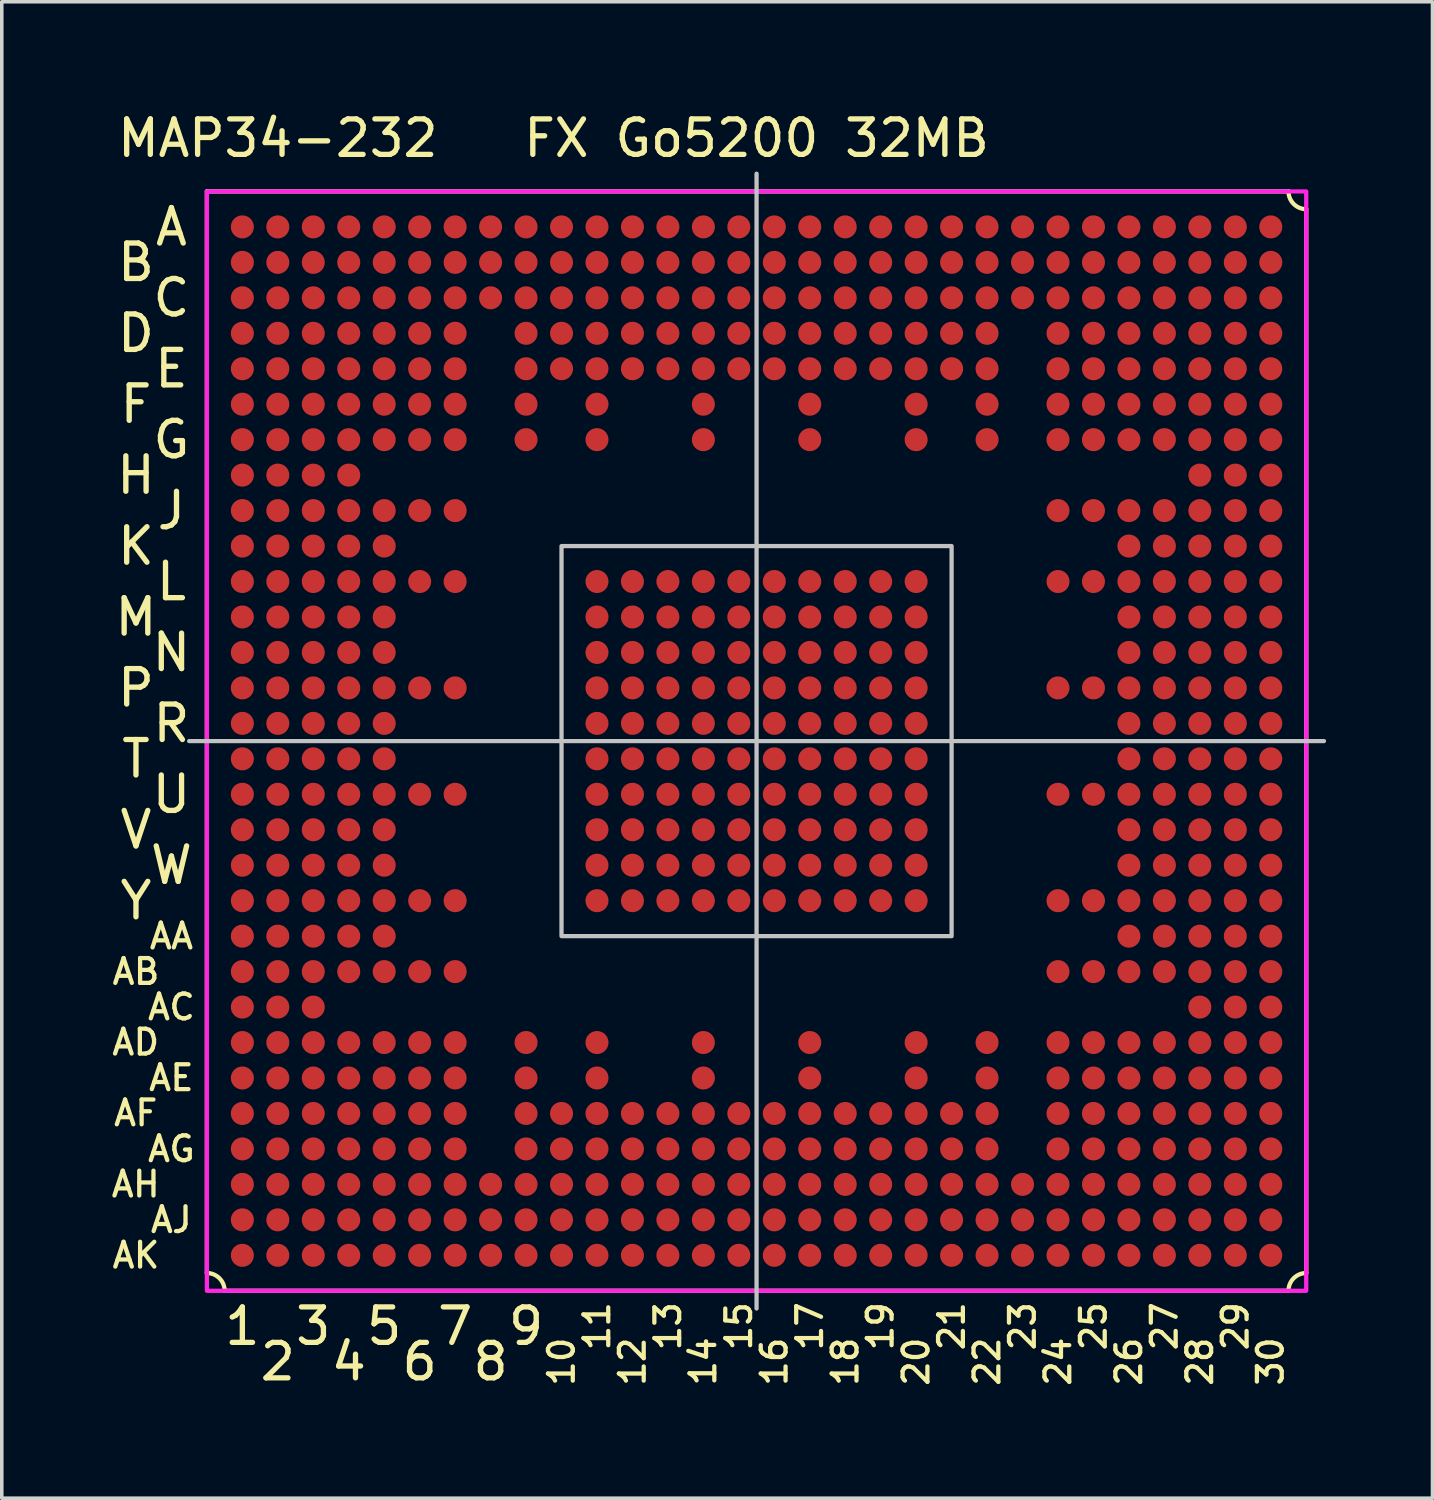
<source format=kicad_pcb>
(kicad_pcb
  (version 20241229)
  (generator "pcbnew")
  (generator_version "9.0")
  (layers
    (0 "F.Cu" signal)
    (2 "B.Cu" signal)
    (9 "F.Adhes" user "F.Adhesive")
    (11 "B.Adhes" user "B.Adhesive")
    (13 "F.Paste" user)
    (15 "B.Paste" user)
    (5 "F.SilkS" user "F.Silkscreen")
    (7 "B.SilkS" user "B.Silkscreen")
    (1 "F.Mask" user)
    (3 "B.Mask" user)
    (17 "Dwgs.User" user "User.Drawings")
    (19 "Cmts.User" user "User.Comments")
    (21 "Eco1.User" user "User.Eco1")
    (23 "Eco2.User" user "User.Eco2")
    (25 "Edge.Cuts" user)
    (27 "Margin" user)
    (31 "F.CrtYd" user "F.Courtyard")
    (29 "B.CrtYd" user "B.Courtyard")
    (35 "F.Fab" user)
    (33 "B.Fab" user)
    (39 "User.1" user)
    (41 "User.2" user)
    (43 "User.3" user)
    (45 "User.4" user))
  (footprint "MAP34-232"
    (layer "F.Cu")
    (at 2.784 2.348)
    (property "Reference" "MAP34-232" (at 2 -1.5 0) (unlocked yes) (layer "F.SilkS") (effects (font (size 1 1) (thickness 0.15))))
    (attr smd)
    (fp_circle (center 1 1) (end 1.27 1) (stroke (width 0) (type solid)) (fill yes) (layer "F.Mask"))
    (fp_circle (center 1 2) (end 1.27 2) (stroke (width 0) (type solid)) (fill yes) (layer "F.Mask"))
    (fp_circle (center 1 3) (end 1.27 3) (stroke (width 0) (type solid)) (fill yes) (layer "F.Mask"))
    (fp_circle (center 1 4) (end 1.27 4) (stroke (width 0) (type solid)) (fill yes) (layer "F.Mask"))
    (fp_circle (center 1 5) (end 1.27 5) (stroke (width 0) (type solid)) (fill yes) (layer "F.Mask"))
    (fp_circle (center 1 6) (end 1.27 6) (stroke (width 0) (type solid)) (fill yes) (layer "F.Mask"))
    (fp_circle (center 1 7) (end 1.27 7) (stroke (width 0) (type solid)) (fill yes) (layer "F.Mask"))
    (fp_circle (center 1 8) (end 1.27 8) (stroke (width 0) (type solid)) (fill yes) (layer "F.Mask"))
    (fp_circle (center 1 9) (end 1.27 9) (stroke (width 0) (type solid)) (fill yes) (layer "F.Mask"))
    (fp_circle (center 1 10) (end 1.27 10) (stroke (width 0) (type solid)) (fill yes) (layer "F.Mask"))
    (fp_circle (center 1 11) (end 1.27 11) (stroke (width 0) (type solid)) (fill yes) (layer "F.Mask"))
    (fp_circle (center 1 12) (end 1.27 12) (stroke (width 0) (type solid)) (fill yes) (layer "F.Mask"))
    (fp_circle (center 1 13) (end 1.27 13) (stroke (width 0) (type solid)) (fill yes) (layer "F.Mask"))
    (fp_circle (center 1 14) (end 1.27 14) (stroke (width 0) (type solid)) (fill yes) (layer "F.Mask"))
    (fp_circle (center 1 15) (end 1.27 15) (stroke (width 0) (type solid)) (fill yes) (layer "F.Mask"))
    (fp_circle (center 1 16) (end 1.27 16) (stroke (width 0) (type solid)) (fill yes) (layer "F.Mask"))
    (fp_circle (center 1 17) (end 1.27 17) (stroke (width 0) (type solid)) (fill yes) (layer "F.Mask"))
    (fp_circle (center 1 18) (end 1.27 18) (stroke (width 0) (type solid)) (fill yes) (layer "F.Mask"))
    (fp_circle (center 1 19) (end 1.27 19) (stroke (width 0) (type solid)) (fill yes) (layer "F.Mask"))
    (fp_circle (center 1 20) (end 1.27 20) (stroke (width 0) (type solid)) (fill yes) (layer "F.Mask"))
    (fp_circle (center 1 21) (end 1.27 21) (stroke (width 0) (type solid)) (fill yes) (layer "F.Mask"))
    (fp_circle (center 1 22) (end 1.27 22) (stroke (width 0) (type solid)) (fill yes) (layer "F.Mask"))
    (fp_circle (center 1 23) (end 1.27 23) (stroke (width 0) (type solid)) (fill yes) (layer "F.Mask"))
    (fp_circle (center 1 24) (end 1.27 24) (stroke (width 0) (type solid)) (fill yes) (layer "F.Mask"))
    (fp_circle (center 1 25) (end 1.27 25) (stroke (width 0) (type solid)) (fill yes) (layer "F.Mask"))
    (fp_circle (center 1 26) (end 1.27 26) (stroke (width 0) (type solid)) (fill yes) (layer "F.Mask"))
    (fp_circle (center 1 27) (end 1.27 27) (stroke (width 0) (type solid)) (fill yes) (layer "F.Mask"))
    (fp_circle (center 1 28) (end 1.27 28) (stroke (width 0) (type solid)) (fill yes) (layer "F.Mask"))
    (fp_circle (center 1 29) (end 1.27 29) (stroke (width 0) (type solid)) (fill yes) (layer "F.Mask"))
    (fp_circle (center 1 30) (end 1.27 30) (stroke (width 0) (type solid)) (fill yes) (layer "F.Mask"))
    (fp_circle (center 2 1) (end 2.27 1) (stroke (width 0) (type solid)) (fill yes) (layer "F.Mask"))
    (fp_circle (center 2 2) (end 2.27 2) (stroke (width 0) (type solid)) (fill yes) (layer "F.Mask"))
    (fp_circle (center 2 3) (end 2.27 3) (stroke (width 0) (type solid)) (fill yes) (layer "F.Mask"))
    (fp_circle (center 2 4) (end 2.27 4) (stroke (width 0) (type solid)) (fill yes) (layer "F.Mask"))
    (fp_circle (center 2 5) (end 2.27 5) (stroke (width 0) (type solid)) (fill yes) (layer "F.Mask"))
    (fp_circle (center 2 6) (end 2.27 6) (stroke (width 0) (type solid)) (fill yes) (layer "F.Mask"))
    (fp_circle (center 2 7) (end 2.27 7) (stroke (width 0) (type solid)) (fill yes) (layer "F.Mask"))
    (fp_circle (center 2 8) (end 2.27 8) (stroke (width 0) (type solid)) (fill yes) (layer "F.Mask"))
    (fp_circle (center 2 9) (end 2.27 9) (stroke (width 0) (type solid)) (fill yes) (layer "F.Mask"))
    (fp_circle (center 2 10) (end 2.27 10) (stroke (width 0) (type solid)) (fill yes) (layer "F.Mask"))
    (fp_circle (center 2 11) (end 2.27 11) (stroke (width 0) (type solid)) (fill yes) (layer "F.Mask"))
    (fp_circle (center 2 12) (end 2.27 12) (stroke (width 0) (type solid)) (fill yes) (layer "F.Mask"))
    (fp_circle (center 2 13) (end 2.27 13) (stroke (width 0) (type solid)) (fill yes) (layer "F.Mask"))
    (fp_circle (center 2 14) (end 2.27 14) (stroke (width 0) (type solid)) (fill yes) (layer "F.Mask"))
    (fp_circle (center 2 15) (end 2.27 15) (stroke (width 0) (type solid)) (fill yes) (layer "F.Mask"))
    (fp_circle (center 2 16) (end 2.27 16) (stroke (width 0) (type solid)) (fill yes) (layer "F.Mask"))
    (fp_circle (center 2 17) (end 2.27 17) (stroke (width 0) (type solid)) (fill yes) (layer "F.Mask"))
    (fp_circle (center 2 18) (end 2.27 18) (stroke (width 0) (type solid)) (fill yes) (layer "F.Mask"))
    (fp_circle (center 2 19) (end 2.27 19) (stroke (width 0) (type solid)) (fill yes) (layer "F.Mask"))
    (fp_circle (center 2 20) (end 2.27 20) (stroke (width 0) (type solid)) (fill yes) (layer "F.Mask"))
    (fp_circle (center 2 21) (end 2.27 21) (stroke (width 0) (type solid)) (fill yes) (layer "F.Mask"))
    (fp_circle (center 2 22) (end 2.27 22) (stroke (width 0) (type solid)) (fill yes) (layer "F.Mask"))
    (fp_circle (center 2 23) (end 2.27 23) (stroke (width 0) (type solid)) (fill yes) (layer "F.Mask"))
    (fp_circle (center 2 24) (end 2.27 24) (stroke (width 0) (type solid)) (fill yes) (layer "F.Mask"))
    (fp_circle (center 2 25) (end 2.27 25) (stroke (width 0) (type solid)) (fill yes) (layer "F.Mask"))
    (fp_circle (center 2 26) (end 2.27 26) (stroke (width 0) (type solid)) (fill yes) (layer "F.Mask"))
    (fp_circle (center 2 27) (end 2.27 27) (stroke (width 0) (type solid)) (fill yes) (layer "F.Mask"))
    (fp_circle (center 2 28) (end 2.27 28) (stroke (width 0) (type solid)) (fill yes) (layer "F.Mask"))
    (fp_circle (center 2 29) (end 2.27 29) (stroke (width 0) (type solid)) (fill yes) (layer "F.Mask"))
    (fp_circle (center 2 30) (end 2.27 30) (stroke (width 0) (type solid)) (fill yes) (layer "F.Mask"))
    (fp_circle (center 3 1) (end 3.27 1) (stroke (width 0) (type solid)) (fill yes) (layer "F.Mask"))
    (fp_circle (center 3 2) (end 3.27 2) (stroke (width 0) (type solid)) (fill yes) (layer "F.Mask"))
    (fp_circle (center 3 3) (end 3.27 3) (stroke (width 0) (type solid)) (fill yes) (layer "F.Mask"))
    (fp_circle (center 3 4) (end 3.27 4) (stroke (width 0) (type solid)) (fill yes) (layer "F.Mask"))
    (fp_circle (center 3 5) (end 3.27 5) (stroke (width 0) (type solid)) (fill yes) (layer "F.Mask"))
    (fp_circle (center 3 6) (end 3.27 6) (stroke (width 0) (type solid)) (fill yes) (layer "F.Mask"))
    (fp_circle (center 3 7) (end 3.27 7) (stroke (width 0) (type solid)) (fill yes) (layer "F.Mask"))
    (fp_circle (center 3 8) (end 3.27 8) (stroke (width 0) (type solid)) (fill yes) (layer "F.Mask"))
    (fp_circle (center 3 9) (end 3.27 9) (stroke (width 0) (type solid)) (fill yes) (layer "F.Mask"))
    (fp_circle (center 3 10) (end 3.27 10) (stroke (width 0) (type solid)) (fill yes) (layer "F.Mask"))
    (fp_circle (center 3 11) (end 3.27 11) (stroke (width 0) (type solid)) (fill yes) (layer "F.Mask"))
    (fp_circle (center 3 12) (end 3.27 12) (stroke (width 0) (type solid)) (fill yes) (layer "F.Mask"))
    (fp_circle (center 3 13) (end 3.27 13) (stroke (width 0) (type solid)) (fill yes) (layer "F.Mask"))
    (fp_circle (center 3 14) (end 3.27 14) (stroke (width 0) (type solid)) (fill yes) (layer "F.Mask"))
    (fp_circle (center 3 15) (end 3.27 15) (stroke (width 0) (type solid)) (fill yes) (layer "F.Mask"))
    (fp_circle (center 3 16) (end 3.27 16) (stroke (width 0) (type solid)) (fill yes) (layer "F.Mask"))
    (fp_circle (center 3 17) (end 3.27 17) (stroke (width 0) (type solid)) (fill yes) (layer "F.Mask"))
    (fp_circle (center 3 18) (end 3.27 18) (stroke (width 0) (type solid)) (fill yes) (layer "F.Mask"))
    (fp_circle (center 3 19) (end 3.27 19) (stroke (width 0) (type solid)) (fill yes) (layer "F.Mask"))
    (fp_circle (center 3 20) (end 3.27 20) (stroke (width 0) (type solid)) (fill yes) (layer "F.Mask"))
    (fp_circle (center 3 21) (end 3.27 21) (stroke (width 0) (type solid)) (fill yes) (layer "F.Mask"))
    (fp_circle (center 3 22) (end 3.27 22) (stroke (width 0) (type solid)) (fill yes) (layer "F.Mask"))
    (fp_circle (center 3 23) (end 3.27 23) (stroke (width 0) (type solid)) (fill yes) (layer "F.Mask"))
    (fp_circle (center 3 24) (end 3.27 24) (stroke (width 0) (type solid)) (fill yes) (layer "F.Mask"))
    (fp_circle (center 3 25) (end 3.27 25) (stroke (width 0) (type solid)) (fill yes) (layer "F.Mask"))
    (fp_circle (center 3 26) (end 3.27 26) (stroke (width 0) (type solid)) (fill yes) (layer "F.Mask"))
    (fp_circle (center 3 27) (end 3.27 27) (stroke (width 0) (type solid)) (fill yes) (layer "F.Mask"))
    (fp_circle (center 3 28) (end 3.27 28) (stroke (width 0) (type solid)) (fill yes) (layer "F.Mask"))
    (fp_circle (center 3 29) (end 3.27 29) (stroke (width 0) (type solid)) (fill yes) (layer "F.Mask"))
    (fp_circle (center 3 30) (end 3.27 30) (stroke (width 0) (type solid)) (fill yes) (layer "F.Mask"))
    (fp_circle (center 4 1) (end 4.27 1) (stroke (width 0) (type solid)) (fill yes) (layer "F.Mask"))
    (fp_circle (center 4 2) (end 4.27 2) (stroke (width 0) (type solid)) (fill yes) (layer "F.Mask"))
    (fp_circle (center 4 3) (end 4.27 3) (stroke (width 0) (type solid)) (fill yes) (layer "F.Mask"))
    (fp_circle (center 4 4) (end 4.27 4) (stroke (width 0) (type solid)) (fill yes) (layer "F.Mask"))
    (fp_circle (center 4 5) (end 4.27 5) (stroke (width 0) (type solid)) (fill yes) (layer "F.Mask"))
    (fp_circle (center 4 6) (end 4.27 6) (stroke (width 0) (type solid)) (fill yes) (layer "F.Mask"))
    (fp_circle (center 4 7) (end 4.27 7) (stroke (width 0) (type solid)) (fill yes) (layer "F.Mask"))
    (fp_circle (center 4 8) (end 4.27 8) (stroke (width 0) (type solid)) (fill yes) (layer "F.Mask"))
    (fp_circle (center 4 9) (end 4.27 9) (stroke (width 0) (type solid)) (fill yes) (layer "F.Mask"))
    (fp_circle (center 4 10) (end 4.27 10) (stroke (width 0) (type solid)) (fill yes) (layer "F.Mask"))
    (fp_circle (center 4 11) (end 4.27 11) (stroke (width 0) (type solid)) (fill yes) (layer "F.Mask"))
    (fp_circle (center 4 12) (end 4.27 12) (stroke (width 0) (type solid)) (fill yes) (layer "F.Mask"))
    (fp_circle (center 4 13) (end 4.27 13) (stroke (width 0) (type solid)) (fill yes) (layer "F.Mask"))
    (fp_circle (center 4 14) (end 4.27 14) (stroke (width 0) (type solid)) (fill yes) (layer "F.Mask"))
    (fp_circle (center 4 15) (end 4.27 15) (stroke (width 0) (type solid)) (fill yes) (layer "F.Mask"))
    (fp_circle (center 4 16) (end 4.27 16) (stroke (width 0) (type solid)) (fill yes) (layer "F.Mask"))
    (fp_circle (center 4 17) (end 4.27 17) (stroke (width 0) (type solid)) (fill yes) (layer "F.Mask"))
    (fp_circle (center 4 18) (end 4.27 18) (stroke (width 0) (type solid)) (fill yes) (layer "F.Mask"))
    (fp_circle (center 4 19) (end 4.27 19) (stroke (width 0) (type solid)) (fill yes) (layer "F.Mask"))
    (fp_circle (center 4 20) (end 4.27 20) (stroke (width 0) (type solid)) (fill yes) (layer "F.Mask"))
    (fp_circle (center 4 21) (end 4.27 21) (stroke (width 0) (type solid)) (fill yes) (layer "F.Mask"))
    (fp_circle (center 4 22) (end 4.27 22) (stroke (width 0) (type solid)) (fill yes) (layer "F.Mask"))
    (fp_circle (center 4 24) (end 4.27 24) (stroke (width 0) (type solid)) (fill yes) (layer "F.Mask"))
    (fp_circle (center 4 25) (end 4.27 25) (stroke (width 0) (type solid)) (fill yes) (layer "F.Mask"))
    (fp_circle (center 4 26) (end 4.27 26) (stroke (width 0) (type solid)) (fill yes) (layer "F.Mask"))
    (fp_circle (center 4 27) (end 4.27 27) (stroke (width 0) (type solid)) (fill yes) (layer "F.Mask"))
    (fp_circle (center 4 28) (end 4.27 28) (stroke (width 0) (type solid)) (fill yes) (layer "F.Mask"))
    (fp_circle (center 4 29) (end 4.27 29) (stroke (width 0) (type solid)) (fill yes) (layer "F.Mask"))
    (fp_circle (center 4 30) (end 4.27 30) (stroke (width 0) (type solid)) (fill yes) (layer "F.Mask"))
    (fp_circle (center 5 1) (end 5.27 1) (stroke (width 0) (type solid)) (fill yes) (layer "F.Mask"))
    (fp_circle (center 5 2) (end 5.27 2) (stroke (width 0) (type solid)) (fill yes) (layer "F.Mask"))
    (fp_circle (center 5 3) (end 5.27 3) (stroke (width 0) (type solid)) (fill yes) (layer "F.Mask"))
    (fp_circle (center 5 4) (end 5.27 4) (stroke (width 0) (type solid)) (fill yes) (layer "F.Mask"))
    (fp_circle (center 5 5) (end 5.27 5) (stroke (width 0) (type solid)) (fill yes) (layer "F.Mask"))
    (fp_circle (center 5 6) (end 5.27 6) (stroke (width 0) (type solid)) (fill yes) (layer "F.Mask"))
    (fp_circle (center 5 7) (end 5.27 7) (stroke (width 0) (type solid)) (fill yes) (layer "F.Mask"))
    (fp_circle (center 5 9) (end 5.27 9) (stroke (width 0) (type solid)) (fill yes) (layer "F.Mask"))
    (fp_circle (center 5 10) (end 5.27 10) (stroke (width 0) (type solid)) (fill yes) (layer "F.Mask"))
    (fp_circle (center 5 11) (end 5.27 11) (stroke (width 0) (type solid)) (fill yes) (layer "F.Mask"))
    (fp_circle (center 5 12) (end 5.27 12) (stroke (width 0) (type solid)) (fill yes) (layer "F.Mask"))
    (fp_circle (center 5 13) (end 5.27 13) (stroke (width 0) (type solid)) (fill yes) (layer "F.Mask"))
    (fp_circle (center 5 14) (end 5.27 14) (stroke (width 0) (type solid)) (fill yes) (layer "F.Mask"))
    (fp_circle (center 5 15) (end 5.27 15) (stroke (width 0) (type solid)) (fill yes) (layer "F.Mask"))
    (fp_circle (center 5 16) (end 5.27 16) (stroke (width 0) (type solid)) (fill yes) (layer "F.Mask"))
    (fp_circle (center 5 17) (end 5.27 17) (stroke (width 0) (type solid)) (fill yes) (layer "F.Mask"))
    (fp_circle (center 5 18) (end 5.27 18) (stroke (width 0) (type solid)) (fill yes) (layer "F.Mask"))
    (fp_circle (center 5 19) (end 5.27 19) (stroke (width 0) (type solid)) (fill yes) (layer "F.Mask"))
    (fp_circle (center 5 20) (end 5.27 20) (stroke (width 0) (type solid)) (fill yes) (layer "F.Mask"))
    (fp_circle (center 5 21) (end 5.27 21) (stroke (width 0) (type solid)) (fill yes) (layer "F.Mask"))
    (fp_circle (center 5 22) (end 5.27 22) (stroke (width 0) (type solid)) (fill yes) (layer "F.Mask"))
    (fp_circle (center 5 24) (end 5.27 24) (stroke (width 0) (type solid)) (fill yes) (layer "F.Mask"))
    (fp_circle (center 5 25) (end 5.27 25) (stroke (width 0) (type solid)) (fill yes) (layer "F.Mask"))
    (fp_circle (center 5 26) (end 5.27 26) (stroke (width 0) (type solid)) (fill yes) (layer "F.Mask"))
    (fp_circle (center 5 27) (end 5.27 27) (stroke (width 0) (type solid)) (fill yes) (layer "F.Mask"))
    (fp_circle (center 5 28) (end 5.27 28) (stroke (width 0) (type solid)) (fill yes) (layer "F.Mask"))
    (fp_circle (center 5 29) (end 5.27 29) (stroke (width 0) (type solid)) (fill yes) (layer "F.Mask"))
    (fp_circle (center 5 30) (end 5.27 30) (stroke (width 0) (type solid)) (fill yes) (layer "F.Mask"))
    (fp_circle (center 6 1) (end 6.27 1) (stroke (width 0) (type solid)) (fill yes) (layer "F.Mask"))
    (fp_circle (center 6 2) (end 6.27 2) (stroke (width 0) (type solid)) (fill yes) (layer "F.Mask"))
    (fp_circle (center 6 3) (end 6.27 3) (stroke (width 0) (type solid)) (fill yes) (layer "F.Mask"))
    (fp_circle (center 6 4) (end 6.27 4) (stroke (width 0) (type solid)) (fill yes) (layer "F.Mask"))
    (fp_circle (center 6 5) (end 6.27 5) (stroke (width 0) (type solid)) (fill yes) (layer "F.Mask"))
    (fp_circle (center 6 6) (end 6.27 6) (stroke (width 0) (type solid)) (fill yes) (layer "F.Mask"))
    (fp_circle (center 6 7) (end 6.27 7) (stroke (width 0) (type solid)) (fill yes) (layer "F.Mask"))
    (fp_circle (center 6 9) (end 6.27 9) (stroke (width 0) (type solid)) (fill yes) (layer "F.Mask"))
    (fp_circle (center 6 11) (end 6.27 11) (stroke (width 0) (type solid)) (fill yes) (layer "F.Mask"))
    (fp_circle (center 6 14) (end 6.27 14) (stroke (width 0) (type solid)) (fill yes) (layer "F.Mask"))
    (fp_circle (center 6 17) (end 6.27 17) (stroke (width 0) (type solid)) (fill yes) (layer "F.Mask"))
    (fp_circle (center 6 20) (end 6.27 20) (stroke (width 0) (type solid)) (fill yes) (layer "F.Mask"))
    (fp_circle (center 6 22) (end 6.27 22) (stroke (width 0) (type solid)) (fill yes) (layer "F.Mask"))
    (fp_circle (center 6 24) (end 6.27 24) (stroke (width 0) (type solid)) (fill yes) (layer "F.Mask"))
    (fp_circle (center 6 25) (end 6.27 25) (stroke (width 0) (type solid)) (fill yes) (layer "F.Mask"))
    (fp_circle (center 6 26) (end 6.27 26) (stroke (width 0) (type solid)) (fill yes) (layer "F.Mask"))
    (fp_circle (center 6 27) (end 6.27 27) (stroke (width 0) (type solid)) (fill yes) (layer "F.Mask"))
    (fp_circle (center 6 28) (end 6.27 28) (stroke (width 0) (type solid)) (fill yes) (layer "F.Mask"))
    (fp_circle (center 6 29) (end 6.27 29) (stroke (width 0) (type solid)) (fill yes) (layer "F.Mask"))
    (fp_circle (center 6 30) (end 6.27 30) (stroke (width 0) (type solid)) (fill yes) (layer "F.Mask"))
    (fp_circle (center 7 1) (end 7.27 1) (stroke (width 0) (type solid)) (fill yes) (layer "F.Mask"))
    (fp_circle (center 7 2) (end 7.27 2) (stroke (width 0) (type solid)) (fill yes) (layer "F.Mask"))
    (fp_circle (center 7 3) (end 7.27 3) (stroke (width 0) (type solid)) (fill yes) (layer "F.Mask"))
    (fp_circle (center 7 4) (end 7.27 4) (stroke (width 0) (type solid)) (fill yes) (layer "F.Mask"))
    (fp_circle (center 7 5) (end 7.27 5) (stroke (width 0) (type solid)) (fill yes) (layer "F.Mask"))
    (fp_circle (center 7 6) (end 7.27 6) (stroke (width 0) (type solid)) (fill yes) (layer "F.Mask"))
    (fp_circle (center 7 7) (end 7.27 7) (stroke (width 0) (type solid)) (fill yes) (layer "F.Mask"))
    (fp_circle (center 7 9) (end 7.27 9) (stroke (width 0) (type solid)) (fill yes) (layer "F.Mask"))
    (fp_circle (center 7 11) (end 7.27 11) (stroke (width 0) (type solid)) (fill yes) (layer "F.Mask"))
    (fp_circle (center 7 14) (end 7.27 14) (stroke (width 0) (type solid)) (fill yes) (layer "F.Mask"))
    (fp_circle (center 7 17) (end 7.27 17) (stroke (width 0) (type solid)) (fill yes) (layer "F.Mask"))
    (fp_circle (center 7 20) (end 7.27 20) (stroke (width 0) (type solid)) (fill yes) (layer "F.Mask"))
    (fp_circle (center 7 22) (end 7.27 22) (stroke (width 0) (type solid)) (fill yes) (layer "F.Mask"))
    (fp_circle (center 7 24) (end 7.27 24) (stroke (width 0) (type solid)) (fill yes) (layer "F.Mask"))
    (fp_circle (center 7 25) (end 7.27 25) (stroke (width 0) (type solid)) (fill yes) (layer "F.Mask"))
    (fp_circle (center 7 26) (end 7.27 26) (stroke (width 0) (type solid)) (fill yes) (layer "F.Mask"))
    (fp_circle (center 7 27) (end 7.27 27) (stroke (width 0) (type solid)) (fill yes) (layer "F.Mask"))
    (fp_circle (center 7 28) (end 7.27 28) (stroke (width 0) (type solid)) (fill yes) (layer "F.Mask"))
    (fp_circle (center 7 29) (end 7.27 29) (stroke (width 0) (type solid)) (fill yes) (layer "F.Mask"))
    (fp_circle (center 7 30) (end 7.27 30) (stroke (width 0) (type solid)) (fill yes) (layer "F.Mask"))
    (fp_circle (center 8 1) (end 8.27 1) (stroke (width 0) (type solid)) (fill yes) (layer "F.Mask"))
    (fp_circle (center 8 2) (end 8.27 2) (stroke (width 0) (type solid)) (fill yes) (layer "F.Mask"))
    (fp_circle (center 8 3) (end 8.27 3) (stroke (width 0) (type solid)) (fill yes) (layer "F.Mask"))
    (fp_circle (center 8 28) (end 8.27 28) (stroke (width 0) (type solid)) (fill yes) (layer "F.Mask"))
    (fp_circle (center 8 29) (end 8.27 29) (stroke (width 0) (type solid)) (fill yes) (layer "F.Mask"))
    (fp_circle (center 8 30) (end 8.27 30) (stroke (width 0) (type solid)) (fill yes) (layer "F.Mask"))
    (fp_circle (center 9 1) (end 9.27 1) (stroke (width 0) (type solid)) (fill yes) (layer "F.Mask"))
    (fp_circle (center 9 2) (end 9.27 2) (stroke (width 0) (type solid)) (fill yes) (layer "F.Mask"))
    (fp_circle (center 9 3) (end 9.27 3) (stroke (width 0) (type solid)) (fill yes) (layer "F.Mask"))
    (fp_circle (center 9 4) (end 9.27 4) (stroke (width 0) (type solid)) (fill yes) (layer "F.Mask"))
    (fp_circle (center 9 5) (end 9.27 5) (stroke (width 0) (type solid)) (fill yes) (layer "F.Mask"))
    (fp_circle (center 9 6) (end 9.27 6) (stroke (width 0) (type solid)) (fill yes) (layer "F.Mask"))
    (fp_circle (center 9 7) (end 9.27 7) (stroke (width 0) (type solid)) (fill yes) (layer "F.Mask"))
    (fp_circle (center 9 24) (end 9.27 24) (stroke (width 0) (type solid)) (fill yes) (layer "F.Mask"))
    (fp_circle (center 9 25) (end 9.27 25) (stroke (width 0) (type solid)) (fill yes) (layer "F.Mask"))
    (fp_circle (center 9 26) (end 9.27 26) (stroke (width 0) (type solid)) (fill yes) (layer "F.Mask"))
    (fp_circle (center 9 27) (end 9.27 27) (stroke (width 0) (type solid)) (fill yes) (layer "F.Mask"))
    (fp_circle (center 9 28) (end 9.27 28) (stroke (width 0) (type solid)) (fill yes) (layer "F.Mask"))
    (fp_circle (center 9 29) (end 9.27 29) (stroke (width 0) (type solid)) (fill yes) (layer "F.Mask"))
    (fp_circle (center 9 30) (end 9.27 30) (stroke (width 0) (type solid)) (fill yes) (layer "F.Mask"))
    (fp_circle (center 10 1) (end 10.27 1) (stroke (width 0) (type solid)) (fill yes) (layer "F.Mask"))
    (fp_circle (center 10 2) (end 10.27 2) (stroke (width 0) (type solid)) (fill yes) (layer "F.Mask"))
    (fp_circle (center 10 3) (end 10.27 3) (stroke (width 0) (type solid)) (fill yes) (layer "F.Mask"))
    (fp_circle (center 10 4) (end 10.27 4) (stroke (width 0) (type solid)) (fill yes) (layer "F.Mask"))
    (fp_circle (center 10 5) (end 10.27 5) (stroke (width 0) (type solid)) (fill yes) (layer "F.Mask"))
    (fp_circle (center 10 26) (end 10.27 26) (stroke (width 0) (type solid)) (fill yes) (layer "F.Mask"))
    (fp_circle (center 10 27) (end 10.27 27) (stroke (width 0) (type solid)) (fill yes) (layer "F.Mask"))
    (fp_circle (center 10 28) (end 10.27 28) (stroke (width 0) (type solid)) (fill yes) (layer "F.Mask"))
    (fp_circle (center 10 29) (end 10.27 29) (stroke (width 0) (type solid)) (fill yes) (layer "F.Mask"))
    (fp_circle (center 10 30) (end 10.27 30) (stroke (width 0) (type solid)) (fill yes) (layer "F.Mask"))
    (fp_circle (center 11 1) (end 11.27 1) (stroke (width 0) (type solid)) (fill yes) (layer "F.Mask"))
    (fp_circle (center 11 2) (end 11.27 2) (stroke (width 0) (type solid)) (fill yes) (layer "F.Mask"))
    (fp_circle (center 11 3) (end 11.27 3) (stroke (width 0) (type solid)) (fill yes) (layer "F.Mask"))
    (fp_circle (center 11 4) (end 11.27 4) (stroke (width 0) (type solid)) (fill yes) (layer "F.Mask"))
    (fp_circle (center 11 5) (end 11.27 5) (stroke (width 0) (type solid)) (fill yes) (layer "F.Mask"))
    (fp_circle (center 11 6) (end 11.27 6) (stroke (width 0) (type solid)) (fill yes) (layer "F.Mask"))
    (fp_circle (center 11 7) (end 11.27 7) (stroke (width 0) (type solid)) (fill yes) (layer "F.Mask"))
    (fp_circle (center 11 11) (end 11.27 11) (stroke (width 0) (type solid)) (fill yes) (layer "F.Mask"))
    (fp_circle (center 11 12) (end 11.27 12) (stroke (width 0) (type solid)) (fill yes) (layer "F.Mask"))
    (fp_circle (center 11 13) (end 11.27 13) (stroke (width 0) (type solid)) (fill yes) (layer "F.Mask"))
    (fp_circle (center 11 14) (end 11.27 14) (stroke (width 0) (type solid)) (fill yes) (layer "F.Mask"))
    (fp_circle (center 11 15) (end 11.27 15) (stroke (width 0) (type solid)) (fill yes) (layer "F.Mask"))
    (fp_circle (center 11 16) (end 11.27 16) (stroke (width 0) (type solid)) (fill yes) (layer "F.Mask"))
    (fp_circle (center 11 17) (end 11.27 17) (stroke (width 0) (type solid)) (fill yes) (layer "F.Mask"))
    (fp_circle (center 11 18) (end 11.27 18) (stroke (width 0) (type solid)) (fill yes) (layer "F.Mask"))
    (fp_circle (center 11 19) (end 11.27 19) (stroke (width 0) (type solid)) (fill yes) (layer "F.Mask"))
    (fp_circle (center 11 20) (end 11.27 20) (stroke (width 0) (type solid)) (fill yes) (layer "F.Mask"))
    (fp_circle (center 11 24) (end 11.27 24) (stroke (width 0) (type solid)) (fill yes) (layer "F.Mask"))
    (fp_circle (center 11 25) (end 11.27 25) (stroke (width 0) (type solid)) (fill yes) (layer "F.Mask"))
    (fp_circle (center 11 26) (end 11.27 26) (stroke (width 0) (type solid)) (fill yes) (layer "F.Mask"))
    (fp_circle (center 11 27) (end 11.27 27) (stroke (width 0) (type solid)) (fill yes) (layer "F.Mask"))
    (fp_circle (center 11 28) (end 11.27 28) (stroke (width 0) (type solid)) (fill yes) (layer "F.Mask"))
    (fp_circle (center 11 29) (end 11.27 29) (stroke (width 0) (type solid)) (fill yes) (layer "F.Mask"))
    (fp_circle (center 11 30) (end 11.27 30) (stroke (width 0) (type solid)) (fill yes) (layer "F.Mask"))
    (fp_circle (center 12 1) (end 12.27 1) (stroke (width 0) (type solid)) (fill yes) (layer "F.Mask"))
    (fp_circle (center 12 2) (end 12.27 2) (stroke (width 0) (type solid)) (fill yes) (layer "F.Mask"))
    (fp_circle (center 12 3) (end 12.27 3) (stroke (width 0) (type solid)) (fill yes) (layer "F.Mask"))
    (fp_circle (center 12 4) (end 12.27 4) (stroke (width 0) (type solid)) (fill yes) (layer "F.Mask"))
    (fp_circle (center 12 5) (end 12.27 5) (stroke (width 0) (type solid)) (fill yes) (layer "F.Mask"))
    (fp_circle (center 12 11) (end 12.27 11) (stroke (width 0) (type solid)) (fill yes) (layer "F.Mask"))
    (fp_circle (center 12 12) (end 12.27 12) (stroke (width 0) (type solid)) (fill yes) (layer "F.Mask"))
    (fp_circle (center 12 13) (end 12.27 13) (stroke (width 0) (type solid)) (fill yes) (layer "F.Mask"))
    (fp_circle (center 12 14) (end 12.27 14) (stroke (width 0) (type solid)) (fill yes) (layer "F.Mask"))
    (fp_circle (center 12 15) (end 12.27 15) (stroke (width 0) (type solid)) (fill yes) (layer "F.Mask"))
    (fp_circle (center 12 16) (end 12.27 16) (stroke (width 0) (type solid)) (fill yes) (layer "F.Mask"))
    (fp_circle (center 12 17) (end 12.27 17) (stroke (width 0) (type solid)) (fill yes) (layer "F.Mask"))
    (fp_circle (center 12 18) (end 12.27 18) (stroke (width 0) (type solid)) (fill yes) (layer "F.Mask"))
    (fp_circle (center 12 19) (end 12.27 19) (stroke (width 0) (type solid)) (fill yes) (layer "F.Mask"))
    (fp_circle (center 12 20) (end 12.27 20) (stroke (width 0) (type solid)) (fill yes) (layer "F.Mask"))
    (fp_circle (center 12 26) (end 12.27 26) (stroke (width 0) (type solid)) (fill yes) (layer "F.Mask"))
    (fp_circle (center 12 27) (end 12.27 27) (stroke (width 0) (type solid)) (fill yes) (layer "F.Mask"))
    (fp_circle (center 12 28) (end 12.27 28) (stroke (width 0) (type solid)) (fill yes) (layer "F.Mask"))
    (fp_circle (center 12 29) (end 12.27 29) (stroke (width 0) (type solid)) (fill yes) (layer "F.Mask"))
    (fp_circle (center 12 30) (end 12.27 30) (stroke (width 0) (type solid)) (fill yes) (layer "F.Mask"))
    (fp_circle (center 13 1) (end 13.27 1) (stroke (width 0) (type solid)) (fill yes) (layer "F.Mask"))
    (fp_circle (center 13 2) (end 13.27 2) (stroke (width 0) (type solid)) (fill yes) (layer "F.Mask"))
    (fp_circle (center 13 3) (end 13.27 3) (stroke (width 0) (type solid)) (fill yes) (layer "F.Mask"))
    (fp_circle (center 13 4) (end 13.27 4) (stroke (width 0) (type solid)) (fill yes) (layer "F.Mask"))
    (fp_circle (center 13 5) (end 13.27 5) (stroke (width 0) (type solid)) (fill yes) (layer "F.Mask"))
    (fp_circle (center 13 11) (end 13.27 11) (stroke (width 0) (type solid)) (fill yes) (layer "F.Mask"))
    (fp_circle (center 13 12) (end 13.27 12) (stroke (width 0) (type solid)) (fill yes) (layer "F.Mask"))
    (fp_circle (center 13 13) (end 13.27 13) (stroke (width 0) (type solid)) (fill yes) (layer "F.Mask"))
    (fp_circle (center 13 14) (end 13.27 14) (stroke (width 0) (type solid)) (fill yes) (layer "F.Mask"))
    (fp_circle (center 13 15) (end 13.27 15) (stroke (width 0) (type solid)) (fill yes) (layer "F.Mask"))
    (fp_circle (center 13 16) (end 13.27 16) (stroke (width 0) (type solid)) (fill yes) (layer "F.Mask"))
    (fp_circle (center 13 17) (end 13.27 17) (stroke (width 0) (type solid)) (fill yes) (layer "F.Mask"))
    (fp_circle (center 13 18) (end 13.27 18) (stroke (width 0) (type solid)) (fill yes) (layer "F.Mask"))
    (fp_circle (center 13 19) (end 13.27 19) (stroke (width 0) (type solid)) (fill yes) (layer "F.Mask"))
    (fp_circle (center 13 20) (end 13.27 20) (stroke (width 0) (type solid)) (fill yes) (layer "F.Mask"))
    (fp_circle (center 13 26) (end 13.27 26) (stroke (width 0) (type solid)) (fill yes) (layer "F.Mask"))
    (fp_circle (center 13 27) (end 13.27 27) (stroke (width 0) (type solid)) (fill yes) (layer "F.Mask"))
    (fp_circle (center 13 28) (end 13.27 28) (stroke (width 0) (type solid)) (fill yes) (layer "F.Mask"))
    (fp_circle (center 13 29) (end 13.27 29) (stroke (width 0) (type solid)) (fill yes) (layer "F.Mask"))
    (fp_circle (center 13 30) (end 13.27 30) (stroke (width 0) (type solid)) (fill yes) (layer "F.Mask"))
    (fp_circle (center 14 1) (end 14.27 1) (stroke (width 0) (type solid)) (fill yes) (layer "F.Mask"))
    (fp_circle (center 14 2) (end 14.27 2) (stroke (width 0) (type solid)) (fill yes) (layer "F.Mask"))
    (fp_circle (center 14 3) (end 14.27 3) (stroke (width 0) (type solid)) (fill yes) (layer "F.Mask"))
    (fp_circle (center 14 4) (end 14.27 4) (stroke (width 0) (type solid)) (fill yes) (layer "F.Mask"))
    (fp_circle (center 14 5) (end 14.27 5) (stroke (width 0) (type solid)) (fill yes) (layer "F.Mask"))
    (fp_circle (center 14 6) (end 14.27 6) (stroke (width 0) (type solid)) (fill yes) (layer "F.Mask"))
    (fp_circle (center 14 7) (end 14.27 7) (stroke (width 0) (type solid)) (fill yes) (layer "F.Mask"))
    (fp_circle (center 14 11) (end 14.27 11) (stroke (width 0) (type solid)) (fill yes) (layer "F.Mask"))
    (fp_circle (center 14 12) (end 14.27 12) (stroke (width 0) (type solid)) (fill yes) (layer "F.Mask"))
    (fp_circle (center 14 13) (end 14.27 13) (stroke (width 0) (type solid)) (fill yes) (layer "F.Mask"))
    (fp_circle (center 14 14) (end 14.27 14) (stroke (width 0) (type solid)) (fill yes) (layer "F.Mask"))
    (fp_circle (center 14 15) (end 14.27 15) (stroke (width 0) (type solid)) (fill yes) (layer "F.Mask"))
    (fp_circle (center 14 16) (end 14.27 16) (stroke (width 0) (type solid)) (fill yes) (layer "F.Mask"))
    (fp_circle (center 14 17) (end 14.27 17) (stroke (width 0) (type solid)) (fill yes) (layer "F.Mask"))
    (fp_circle (center 14 18) (end 14.27 18) (stroke (width 0) (type solid)) (fill yes) (layer "F.Mask"))
    (fp_circle (center 14 19) (end 14.27 19) (stroke (width 0) (type solid)) (fill yes) (layer "F.Mask"))
    (fp_circle (center 14 20) (end 14.27 20) (stroke (width 0) (type solid)) (fill yes) (layer "F.Mask"))
    (fp_circle (center 14 24) (end 14.27 24) (stroke (width 0) (type solid)) (fill yes) (layer "F.Mask"))
    (fp_circle (center 14 25) (end 14.27 25) (stroke (width 0) (type solid)) (fill yes) (layer "F.Mask"))
    (fp_circle (center 14 26) (end 14.27 26) (stroke (width 0) (type solid)) (fill yes) (layer "F.Mask"))
    (fp_circle (center 14 27) (end 14.27 27) (stroke (width 0) (type solid)) (fill yes) (layer "F.Mask"))
    (fp_circle (center 14 28) (end 14.27 28) (stroke (width 0) (type solid)) (fill yes) (layer "F.Mask"))
    (fp_circle (center 14 29) (end 14.27 29) (stroke (width 0) (type solid)) (fill yes) (layer "F.Mask"))
    (fp_circle (center 14 30) (end 14.27 30) (stroke (width 0) (type solid)) (fill yes) (layer "F.Mask"))
    (fp_circle (center 15 1) (end 15.27 1) (stroke (width 0) (type solid)) (fill yes) (layer "F.Mask"))
    (fp_circle (center 15 2) (end 15.27 2) (stroke (width 0) (type solid)) (fill yes) (layer "F.Mask"))
    (fp_circle (center 15 3) (end 15.27 3) (stroke (width 0) (type solid)) (fill yes) (layer "F.Mask"))
    (fp_circle (center 15 4) (end 15.27 4) (stroke (width 0) (type solid)) (fill yes) (layer "F.Mask"))
    (fp_circle (center 15 5) (end 15.27 5) (stroke (width 0) (type solid)) (fill yes) (layer "F.Mask"))
    (fp_circle (center 15 11) (end 15.27 11) (stroke (width 0) (type solid)) (fill yes) (layer "F.Mask"))
    (fp_circle (center 15 12) (end 15.27 12) (stroke (width 0) (type solid)) (fill yes) (layer "F.Mask"))
    (fp_circle (center 15 13) (end 15.27 13) (stroke (width 0) (type solid)) (fill yes) (layer "F.Mask"))
    (fp_circle (center 15 14) (end 15.27 14) (stroke (width 0) (type solid)) (fill yes) (layer "F.Mask"))
    (fp_circle (center 15 15) (end 15.27 15) (stroke (width 0) (type solid)) (fill yes) (layer "F.Mask"))
    (fp_circle (center 15 16) (end 15.27 16) (stroke (width 0) (type solid)) (fill yes) (layer "F.Mask"))
    (fp_circle (center 15 17) (end 15.27 17) (stroke (width 0) (type solid)) (fill yes) (layer "F.Mask"))
    (fp_circle (center 15 18) (end 15.27 18) (stroke (width 0) (type solid)) (fill yes) (layer "F.Mask"))
    (fp_circle (center 15 19) (end 15.27 19) (stroke (width 0) (type solid)) (fill yes) (layer "F.Mask"))
    (fp_circle (center 15 20) (end 15.27 20) (stroke (width 0) (type solid)) (fill yes) (layer "F.Mask"))
    (fp_circle (center 15 26) (end 15.27 26) (stroke (width 0) (type solid)) (fill yes) (layer "F.Mask"))
    (fp_circle (center 15 27) (end 15.27 27) (stroke (width 0) (type solid)) (fill yes) (layer "F.Mask"))
    (fp_circle (center 15 28) (end 15.27 28) (stroke (width 0) (type solid)) (fill yes) (layer "F.Mask"))
    (fp_circle (center 15 29) (end 15.27 29) (stroke (width 0) (type solid)) (fill yes) (layer "F.Mask"))
    (fp_circle (center 15 30) (end 15.27 30) (stroke (width 0) (type solid)) (fill yes) (layer "F.Mask"))
    (fp_circle (center 16 1) (end 16.27 1) (stroke (width 0) (type solid)) (fill yes) (layer "F.Mask"))
    (fp_circle (center 16 2) (end 16.27 2) (stroke (width 0) (type solid)) (fill yes) (layer "F.Mask"))
    (fp_circle (center 16 3) (end 16.27 3) (stroke (width 0) (type solid)) (fill yes) (layer "F.Mask"))
    (fp_circle (center 16 4) (end 16.27 4) (stroke (width 0) (type solid)) (fill yes) (layer "F.Mask"))
    (fp_circle (center 16 5) (end 16.27 5) (stroke (width 0) (type solid)) (fill yes) (layer "F.Mask"))
    (fp_circle (center 16 11) (end 16.27 11) (stroke (width 0) (type solid)) (fill yes) (layer "F.Mask"))
    (fp_circle (center 16 12) (end 16.27 12) (stroke (width 0) (type solid)) (fill yes) (layer "F.Mask"))
    (fp_circle (center 16 13) (end 16.27 13) (stroke (width 0) (type solid)) (fill yes) (layer "F.Mask"))
    (fp_circle (center 16 14) (end 16.27 14) (stroke (width 0) (type solid)) (fill yes) (layer "F.Mask"))
    (fp_circle (center 16 15) (end 16.27 15) (stroke (width 0) (type solid)) (fill yes) (layer "F.Mask"))
    (fp_circle (center 16 16) (end 16.27 16) (stroke (width 0) (type solid)) (fill yes) (layer "F.Mask"))
    (fp_circle (center 16 17) (end 16.27 17) (stroke (width 0) (type solid)) (fill yes) (layer "F.Mask"))
    (fp_circle (center 16 18) (end 16.27 18) (stroke (width 0) (type solid)) (fill yes) (layer "F.Mask"))
    (fp_circle (center 16 19) (end 16.27 19) (stroke (width 0) (type solid)) (fill yes) (layer "F.Mask"))
    (fp_circle (center 16 20) (end 16.27 20) (stroke (width 0) (type solid)) (fill yes) (layer "F.Mask"))
    (fp_circle (center 16 26) (end 16.27 26) (stroke (width 0) (type solid)) (fill yes) (layer "F.Mask"))
    (fp_circle (center 16 27) (end 16.27 27) (stroke (width 0) (type solid)) (fill yes) (layer "F.Mask"))
    (fp_circle (center 16 28) (end 16.27 28) (stroke (width 0) (type solid)) (fill yes) (layer "F.Mask"))
    (fp_circle (center 16 29) (end 16.27 29) (stroke (width 0) (type solid)) (fill yes) (layer "F.Mask"))
    (fp_circle (center 16 30) (end 16.27 30) (stroke (width 0) (type solid)) (fill yes) (layer "F.Mask"))
    (fp_circle (center 17 1) (end 17.27 1) (stroke (width 0) (type solid)) (fill yes) (layer "F.Mask"))
    (fp_circle (center 17 2) (end 17.27 2) (stroke (width 0) (type solid)) (fill yes) (layer "F.Mask"))
    (fp_circle (center 17 3) (end 17.27 3) (stroke (width 0) (type solid)) (fill yes) (layer "F.Mask"))
    (fp_circle (center 17 4) (end 17.27 4) (stroke (width 0) (type solid)) (fill yes) (layer "F.Mask"))
    (fp_circle (center 17 5) (end 17.27 5) (stroke (width 0) (type solid)) (fill yes) (layer "F.Mask"))
    (fp_circle (center 17 6) (end 17.27 6) (stroke (width 0) (type solid)) (fill yes) (layer "F.Mask"))
    (fp_circle (center 17 7) (end 17.27 7) (stroke (width 0) (type solid)) (fill yes) (layer "F.Mask"))
    (fp_circle (center 17 11) (end 17.27 11) (stroke (width 0) (type solid)) (fill yes) (layer "F.Mask"))
    (fp_circle (center 17 12) (end 17.27 12) (stroke (width 0) (type solid)) (fill yes) (layer "F.Mask"))
    (fp_circle (center 17 13) (end 17.27 13) (stroke (width 0) (type solid)) (fill yes) (layer "F.Mask"))
    (fp_circle (center 17 14) (end 17.27 14) (stroke (width 0) (type solid)) (fill yes) (layer "F.Mask"))
    (fp_circle (center 17 15) (end 17.27 15) (stroke (width 0) (type solid)) (fill yes) (layer "F.Mask"))
    (fp_circle (center 17 16) (end 17.27 16) (stroke (width 0) (type solid)) (fill yes) (layer "F.Mask"))
    (fp_circle (center 17 17) (end 17.27 17) (stroke (width 0) (type solid)) (fill yes) (layer "F.Mask"))
    (fp_circle (center 17 18) (end 17.27 18) (stroke (width 0) (type solid)) (fill yes) (layer "F.Mask"))
    (fp_circle (center 17 19) (end 17.27 19) (stroke (width 0) (type solid)) (fill yes) (layer "F.Mask"))
    (fp_circle (center 17 20) (end 17.27 20) (stroke (width 0) (type solid)) (fill yes) (layer "F.Mask"))
    (fp_circle (center 17 24) (end 17.27 24) (stroke (width 0) (type solid)) (fill yes) (layer "F.Mask"))
    (fp_circle (center 17 25) (end 17.27 25) (stroke (width 0) (type solid)) (fill yes) (layer "F.Mask"))
    (fp_circle (center 17 26) (end 17.27 26) (stroke (width 0) (type solid)) (fill yes) (layer "F.Mask"))
    (fp_circle (center 17 27) (end 17.27 27) (stroke (width 0) (type solid)) (fill yes) (layer "F.Mask"))
    (fp_circle (center 17 28) (end 17.27 28) (stroke (width 0) (type solid)) (fill yes) (layer "F.Mask"))
    (fp_circle (center 17 29) (end 17.27 29) (stroke (width 0) (type solid)) (fill yes) (layer "F.Mask"))
    (fp_circle (center 17 30) (end 17.27 30) (stroke (width 0) (type solid)) (fill yes) (layer "F.Mask"))
    (fp_circle (center 18 1) (end 18.27 1) (stroke (width 0) (type solid)) (fill yes) (layer "F.Mask"))
    (fp_circle (center 18 2) (end 18.27 2) (stroke (width 0) (type solid)) (fill yes) (layer "F.Mask"))
    (fp_circle (center 18 3) (end 18.27 3) (stroke (width 0) (type solid)) (fill yes) (layer "F.Mask"))
    (fp_circle (center 18 4) (end 18.27 4) (stroke (width 0) (type solid)) (fill yes) (layer "F.Mask"))
    (fp_circle (center 18 5) (end 18.27 5) (stroke (width 0) (type solid)) (fill yes) (layer "F.Mask"))
    (fp_circle (center 18 11) (end 18.27 11) (stroke (width 0) (type solid)) (fill yes) (layer "F.Mask"))
    (fp_circle (center 18 12) (end 18.27 12) (stroke (width 0) (type solid)) (fill yes) (layer "F.Mask"))
    (fp_circle (center 18 13) (end 18.27 13) (stroke (width 0) (type solid)) (fill yes) (layer "F.Mask"))
    (fp_circle (center 18 14) (end 18.27 14) (stroke (width 0) (type solid)) (fill yes) (layer "F.Mask"))
    (fp_circle (center 18 15) (end 18.27 15) (stroke (width 0) (type solid)) (fill yes) (layer "F.Mask"))
    (fp_circle (center 18 16) (end 18.27 16) (stroke (width 0) (type solid)) (fill yes) (layer "F.Mask"))
    (fp_circle (center 18 17) (end 18.27 17) (stroke (width 0) (type solid)) (fill yes) (layer "F.Mask"))
    (fp_circle (center 18 18) (end 18.27 18) (stroke (width 0) (type solid)) (fill yes) (layer "F.Mask"))
    (fp_circle (center 18 19) (end 18.27 19) (stroke (width 0) (type solid)) (fill yes) (layer "F.Mask"))
    (fp_circle (center 18 20) (end 18.27 20) (stroke (width 0) (type solid)) (fill yes) (layer "F.Mask"))
    (fp_circle (center 18 26) (end 18.27 26) (stroke (width 0) (type solid)) (fill yes) (layer "F.Mask"))
    (fp_circle (center 18 27) (end 18.27 27) (stroke (width 0) (type solid)) (fill yes) (layer "F.Mask"))
    (fp_circle (center 18 28) (end 18.27 28) (stroke (width 0) (type solid)) (fill yes) (layer "F.Mask"))
    (fp_circle (center 18 29) (end 18.27 29) (stroke (width 0) (type solid)) (fill yes) (layer "F.Mask"))
    (fp_circle (center 18 30) (end 18.27 30) (stroke (width 0) (type solid)) (fill yes) (layer "F.Mask"))
    (fp_circle (center 19 1) (end 19.27 1) (stroke (width 0) (type solid)) (fill yes) (layer "F.Mask"))
    (fp_circle (center 19 2) (end 19.27 2) (stroke (width 0) (type solid)) (fill yes) (layer "F.Mask"))
    (fp_circle (center 19 3) (end 19.27 3) (stroke (width 0) (type solid)) (fill yes) (layer "F.Mask"))
    (fp_circle (center 19 4) (end 19.27 4) (stroke (width 0) (type solid)) (fill yes) (layer "F.Mask"))
    (fp_circle (center 19 5) (end 19.27 5) (stroke (width 0) (type solid)) (fill yes) (layer "F.Mask"))
    (fp_circle (center 19 11) (end 19.27 11) (stroke (width 0) (type solid)) (fill yes) (layer "F.Mask"))
    (fp_circle (center 19 12) (end 19.27 12) (stroke (width 0) (type solid)) (fill yes) (layer "F.Mask"))
    (fp_circle (center 19 13) (end 19.27 13) (stroke (width 0) (type solid)) (fill yes) (layer "F.Mask"))
    (fp_circle (center 19 14) (end 19.27 14) (stroke (width 0) (type solid)) (fill yes) (layer "F.Mask"))
    (fp_circle (center 19 15) (end 19.27 15) (stroke (width 0) (type solid)) (fill yes) (layer "F.Mask"))
    (fp_circle (center 19 16) (end 19.27 16) (stroke (width 0) (type solid)) (fill yes) (layer "F.Mask"))
    (fp_circle (center 19 17) (end 19.27 17) (stroke (width 0) (type solid)) (fill yes) (layer "F.Mask"))
    (fp_circle (center 19 18) (end 19.27 18) (stroke (width 0) (type solid)) (fill yes) (layer "F.Mask"))
    (fp_circle (center 19 19) (end 19.27 19) (stroke (width 0) (type solid)) (fill yes) (layer "F.Mask"))
    (fp_circle (center 19 20) (end 19.27 20) (stroke (width 0) (type solid)) (fill yes) (layer "F.Mask"))
    (fp_circle (center 19 26) (end 19.27 26) (stroke (width 0) (type solid)) (fill yes) (layer "F.Mask"))
    (fp_circle (center 19 27) (end 19.27 27) (stroke (width 0) (type solid)) (fill yes) (layer "F.Mask"))
    (fp_circle (center 19 28) (end 19.27 28) (stroke (width 0) (type solid)) (fill yes) (layer "F.Mask"))
    (fp_circle (center 19 29) (end 19.27 29) (stroke (width 0) (type solid)) (fill yes) (layer "F.Mask"))
    (fp_circle (center 19 30) (end 19.27 30) (stroke (width 0) (type solid)) (fill yes) (layer "F.Mask"))
    (fp_circle (center 20 1) (end 20.27 1) (stroke (width 0) (type solid)) (fill yes) (layer "F.Mask"))
    (fp_circle (center 20 2) (end 20.27 2) (stroke (width 0) (type solid)) (fill yes) (layer "F.Mask"))
    (fp_circle (center 20 3) (end 20.27 3) (stroke (width 0) (type solid)) (fill yes) (layer "F.Mask"))
    (fp_circle (center 20 4) (end 20.27 4) (stroke (width 0) (type solid)) (fill yes) (layer "F.Mask"))
    (fp_circle (center 20 5) (end 20.27 5) (stroke (width 0) (type solid)) (fill yes) (layer "F.Mask"))
    (fp_circle (center 20 6) (end 20.27 6) (stroke (width 0) (type solid)) (fill yes) (layer "F.Mask"))
    (fp_circle (center 20 7) (end 20.27 7) (stroke (width 0) (type solid)) (fill yes) (layer "F.Mask"))
    (fp_circle (center 20 11) (end 20.27 11) (stroke (width 0) (type solid)) (fill yes) (layer "F.Mask"))
    (fp_circle (center 20 12) (end 20.27 12) (stroke (width 0) (type solid)) (fill yes) (layer "F.Mask"))
    (fp_circle (center 20 13) (end 20.27 13) (stroke (width 0) (type solid)) (fill yes) (layer "F.Mask"))
    (fp_circle (center 20 14) (end 20.27 14) (stroke (width 0) (type solid)) (fill yes) (layer "F.Mask"))
    (fp_circle (center 20 15) (end 20.27 15) (stroke (width 0) (type solid)) (fill yes) (layer "F.Mask"))
    (fp_circle (center 20 16) (end 20.27 16) (stroke (width 0) (type solid)) (fill yes) (layer "F.Mask"))
    (fp_circle (center 20 17) (end 20.27 17) (stroke (width 0) (type solid)) (fill yes) (layer "F.Mask"))
    (fp_circle (center 20 18) (end 20.27 18) (stroke (width 0) (type solid)) (fill yes) (layer "F.Mask"))
    (fp_circle (center 20 19) (end 20.27 19) (stroke (width 0) (type solid)) (fill yes) (layer "F.Mask"))
    (fp_circle (center 20 20) (end 20.27 20) (stroke (width 0) (type solid)) (fill yes) (layer "F.Mask"))
    (fp_circle (center 20 24) (end 20.27 24) (stroke (width 0) (type solid)) (fill yes) (layer "F.Mask"))
    (fp_circle (center 20 25) (end 20.27 25) (stroke (width 0) (type solid)) (fill yes) (layer "F.Mask"))
    (fp_circle (center 20 26) (end 20.27 26) (stroke (width 0) (type solid)) (fill yes) (layer "F.Mask"))
    (fp_circle (center 20 27) (end 20.27 27) (stroke (width 0) (type solid)) (fill yes) (layer "F.Mask"))
    (fp_circle (center 20 28) (end 20.27 28) (stroke (width 0) (type solid)) (fill yes) (layer "F.Mask"))
    (fp_circle (center 20 29) (end 20.27 29) (stroke (width 0) (type solid)) (fill yes) (layer "F.Mask"))
    (fp_circle (center 20 30) (end 20.27 30) (stroke (width 0) (type solid)) (fill yes) (layer "F.Mask"))
    (fp_circle (center 21 1) (end 21.27 1) (stroke (width 0) (type solid)) (fill yes) (layer "F.Mask"))
    (fp_circle (center 21 2) (end 21.27 2) (stroke (width 0) (type solid)) (fill yes) (layer "F.Mask"))
    (fp_circle (center 21 3) (end 21.27 3) (stroke (width 0) (type solid)) (fill yes) (layer "F.Mask"))
    (fp_circle (center 21 4) (end 21.27 4) (stroke (width 0) (type solid)) (fill yes) (layer "F.Mask"))
    (fp_circle (center 21 5) (end 21.27 5) (stroke (width 0) (type solid)) (fill yes) (layer "F.Mask"))
    (fp_circle (center 21 26) (end 21.27 26) (stroke (width 0) (type solid)) (fill yes) (layer "F.Mask"))
    (fp_circle (center 21 27) (end 21.27 27) (stroke (width 0) (type solid)) (fill yes) (layer "F.Mask"))
    (fp_circle (center 21 28) (end 21.27 28) (stroke (width 0) (type solid)) (fill yes) (layer "F.Mask"))
    (fp_circle (center 21 29) (end 21.27 29) (stroke (width 0) (type solid)) (fill yes) (layer "F.Mask"))
    (fp_circle (center 21 30) (end 21.27 30) (stroke (width 0) (type solid)) (fill yes) (layer "F.Mask"))
    (fp_circle (center 22 1) (end 22.27 1) (stroke (width 0) (type solid)) (fill yes) (layer "F.Mask"))
    (fp_circle (center 22 2) (end 22.27 2) (stroke (width 0) (type solid)) (fill yes) (layer "F.Mask"))
    (fp_circle (center 22 3) (end 22.27 3) (stroke (width 0) (type solid)) (fill yes) (layer "F.Mask"))
    (fp_circle (center 22 4) (end 22.27 4) (stroke (width 0) (type solid)) (fill yes) (layer "F.Mask"))
    (fp_circle (center 22 5) (end 22.27 5) (stroke (width 0) (type solid)) (fill yes) (layer "F.Mask"))
    (fp_circle (center 22 6) (end 22.27 6) (stroke (width 0) (type solid)) (fill yes) (layer "F.Mask"))
    (fp_circle (center 22 7) (end 22.27 7) (stroke (width 0) (type solid)) (fill yes) (layer "F.Mask"))
    (fp_circle (center 22 24) (end 22.27 24) (stroke (width 0) (type solid)) (fill yes) (layer "F.Mask"))
    (fp_circle (center 22 25) (end 22.27 25) (stroke (width 0) (type solid)) (fill yes) (layer "F.Mask"))
    (fp_circle (center 22 26) (end 22.27 26) (stroke (width 0) (type solid)) (fill yes) (layer "F.Mask"))
    (fp_circle (center 22 27) (end 22.27 27) (stroke (width 0) (type solid)) (fill yes) (layer "F.Mask"))
    (fp_circle (center 22 28) (end 22.27 28) (stroke (width 0) (type solid)) (fill yes) (layer "F.Mask"))
    (fp_circle (center 22 29) (end 22.27 29) (stroke (width 0) (type solid)) (fill yes) (layer "F.Mask"))
    (fp_circle (center 22 30) (end 22.27 30) (stroke (width 0) (type solid)) (fill yes) (layer "F.Mask"))
    (fp_circle (center 23 1) (end 23.27 1) (stroke (width 0) (type solid)) (fill yes) (layer "F.Mask"))
    (fp_circle (center 23 2) (end 23.27 2) (stroke (width 0) (type solid)) (fill yes) (layer "F.Mask"))
    (fp_circle (center 23 3) (end 23.27 3) (stroke (width 0) (type solid)) (fill yes) (layer "F.Mask"))
    (fp_circle (center 23 28) (end 23.27 28) (stroke (width 0) (type solid)) (fill yes) (layer "F.Mask"))
    (fp_circle (center 23 29) (end 23.27 29) (stroke (width 0) (type solid)) (fill yes) (layer "F.Mask"))
    (fp_circle (center 23 30) (end 23.27 30) (stroke (width 0) (type solid)) (fill yes) (layer "F.Mask"))
    (fp_circle (center 24 1) (end 24.27 1) (stroke (width 0) (type solid)) (fill yes) (layer "F.Mask"))
    (fp_circle (center 24 2) (end 24.27 2) (stroke (width 0) (type solid)) (fill yes) (layer "F.Mask"))
    (fp_circle (center 24 3) (end 24.27 3) (stroke (width 0) (type solid)) (fill yes) (layer "F.Mask"))
    (fp_circle (center 24 4) (end 24.27 4) (stroke (width 0) (type solid)) (fill yes) (layer "F.Mask"))
    (fp_circle (center 24 5) (end 24.27 5) (stroke (width 0) (type solid)) (fill yes) (layer "F.Mask"))
    (fp_circle (center 24 6) (end 24.27 6) (stroke (width 0) (type solid)) (fill yes) (layer "F.Mask"))
    (fp_circle (center 24 7) (end 24.27 7) (stroke (width 0) (type solid)) (fill yes) (layer "F.Mask"))
    (fp_circle (center 24 9) (end 24.27 9) (stroke (width 0) (type solid)) (fill yes) (layer "F.Mask"))
    (fp_circle (center 24 11) (end 24.27 11) (stroke (width 0) (type solid)) (fill yes) (layer "F.Mask"))
    (fp_circle (center 24 14) (end 24.27 14) (stroke (width 0) (type solid)) (fill yes) (layer "F.Mask"))
    (fp_circle (center 24 17) (end 24.27 17) (stroke (width 0) (type solid)) (fill yes) (layer "F.Mask"))
    (fp_circle (center 24 20) (end 24.27 20) (stroke (width 0) (type solid)) (fill yes) (layer "F.Mask"))
    (fp_circle (center 24 22) (end 24.27 22) (stroke (width 0) (type solid)) (fill yes) (layer "F.Mask"))
    (fp_circle (center 24 24) (end 24.27 24) (stroke (width 0) (type solid)) (fill yes) (layer "F.Mask"))
    (fp_circle (center 24 25) (end 24.27 25) (stroke (width 0) (type solid)) (fill yes) (layer "F.Mask"))
    (fp_circle (center 24 26) (end 24.27 26) (stroke (width 0) (type solid)) (fill yes) (layer "F.Mask"))
    (fp_circle (center 24 27) (end 24.27 27) (stroke (width 0) (type solid)) (fill yes) (layer "F.Mask"))
    (fp_circle (center 24 28) (end 24.27 28) (stroke (width 0) (type solid)) (fill yes) (layer "F.Mask"))
    (fp_circle (center 24 29) (end 24.27 29) (stroke (width 0) (type solid)) (fill yes) (layer "F.Mask"))
    (fp_circle (center 24 30) (end 24.27 30) (stroke (width 0) (type solid)) (fill yes) (layer "F.Mask"))
    (fp_circle (center 25 1) (end 25.27 1) (stroke (width 0) (type solid)) (fill yes) (layer "F.Mask"))
    (fp_circle (center 25 2) (end 25.27 2) (stroke (width 0) (type solid)) (fill yes) (layer "F.Mask"))
    (fp_circle (center 25 3) (end 25.27 3) (stroke (width 0) (type solid)) (fill yes) (layer "F.Mask"))
    (fp_circle (center 25 4) (end 25.27 4) (stroke (width 0) (type solid)) (fill yes) (layer "F.Mask"))
    (fp_circle (center 25 5) (end 25.27 5) (stroke (width 0) (type solid)) (fill yes) (layer "F.Mask"))
    (fp_circle (center 25 6) (end 25.27 6) (stroke (width 0) (type solid)) (fill yes) (layer "F.Mask"))
    (fp_circle (center 25 7) (end 25.27 7) (stroke (width 0) (type solid)) (fill yes) (layer "F.Mask"))
    (fp_circle (center 25 9) (end 25.27 9) (stroke (width 0) (type solid)) (fill yes) (layer "F.Mask"))
    (fp_circle (center 25 11) (end 25.27 11) (stroke (width 0) (type solid)) (fill yes) (layer "F.Mask"))
    (fp_circle (center 25 14) (end 25.27 14) (stroke (width 0) (type solid)) (fill yes) (layer "F.Mask"))
    (fp_circle (center 25 17) (end 25.27 17) (stroke (width 0) (type solid)) (fill yes) (layer "F.Mask"))
    (fp_circle (center 25 20) (end 25.27 20) (stroke (width 0) (type solid)) (fill yes) (layer "F.Mask"))
    (fp_circle (center 25 22) (end 25.27 22) (stroke (width 0) (type solid)) (fill yes) (layer "F.Mask"))
    (fp_circle (center 25 24) (end 25.27 24) (stroke (width 0) (type solid)) (fill yes) (layer "F.Mask"))
    (fp_circle (center 25 25) (end 25.27 25) (stroke (width 0) (type solid)) (fill yes) (layer "F.Mask"))
    (fp_circle (center 25 26) (end 25.27 26) (stroke (width 0) (type solid)) (fill yes) (layer "F.Mask"))
    (fp_circle (center 25 27) (end 25.27 27) (stroke (width 0) (type solid)) (fill yes) (layer "F.Mask"))
    (fp_circle (center 25 28) (end 25.27 28) (stroke (width 0) (type solid)) (fill yes) (layer "F.Mask"))
    (fp_circle (center 25 29) (end 25.27 29) (stroke (width 0) (type solid)) (fill yes) (layer "F.Mask"))
    (fp_circle (center 25 30) (end 25.27 30) (stroke (width 0) (type solid)) (fill yes) (layer "F.Mask"))
    (fp_circle (center 26 1) (end 26.27 1) (stroke (width 0) (type solid)) (fill yes) (layer "F.Mask"))
    (fp_circle (center 26 2) (end 26.27 2) (stroke (width 0) (type solid)) (fill yes) (layer "F.Mask"))
    (fp_circle (center 26 3) (end 26.27 3) (stroke (width 0) (type solid)) (fill yes) (layer "F.Mask"))
    (fp_circle (center 26 4) (end 26.27 4) (stroke (width 0) (type solid)) (fill yes) (layer "F.Mask"))
    (fp_circle (center 26 5) (end 26.27 5) (stroke (width 0) (type solid)) (fill yes) (layer "F.Mask"))
    (fp_circle (center 26 6) (end 26.27 6) (stroke (width 0) (type solid)) (fill yes) (layer "F.Mask"))
    (fp_circle (center 26 7) (end 26.27 7) (stroke (width 0) (type solid)) (fill yes) (layer "F.Mask"))
    (fp_circle (center 26 9) (end 26.27 9) (stroke (width 0) (type solid)) (fill yes) (layer "F.Mask"))
    (fp_circle (center 26 10) (end 26.27 10) (stroke (width 0) (type solid)) (fill yes) (layer "F.Mask"))
    (fp_circle (center 26 11) (end 26.27 11) (stroke (width 0) (type solid)) (fill yes) (layer "F.Mask"))
    (fp_circle (center 26 12) (end 26.27 12) (stroke (width 0) (type solid)) (fill yes) (layer "F.Mask"))
    (fp_circle (center 26 13) (end 26.27 13) (stroke (width 0) (type solid)) (fill yes) (layer "F.Mask"))
    (fp_circle (center 26 14) (end 26.27 14) (stroke (width 0) (type solid)) (fill yes) (layer "F.Mask"))
    (fp_circle (center 26 15) (end 26.27 15) (stroke (width 0) (type solid)) (fill yes) (layer "F.Mask"))
    (fp_circle (center 26 16) (end 26.27 16) (stroke (width 0) (type solid)) (fill yes) (layer "F.Mask"))
    (fp_circle (center 26 17) (end 26.27 17) (stroke (width 0) (type solid)) (fill yes) (layer "F.Mask"))
    (fp_circle (center 26 18) (end 26.27 18) (stroke (width 0) (type solid)) (fill yes) (layer "F.Mask"))
    (fp_circle (center 26 19) (end 26.27 19) (stroke (width 0) (type solid)) (fill yes) (layer "F.Mask"))
    (fp_circle (center 26 20) (end 26.27 20) (stroke (width 0) (type solid)) (fill yes) (layer "F.Mask"))
    (fp_circle (center 26 21) (end 26.27 21) (stroke (width 0) (type solid)) (fill yes) (layer "F.Mask"))
    (fp_circle (center 26 22) (end 26.27 22) (stroke (width 0) (type solid)) (fill yes) (layer "F.Mask"))
    (fp_circle (center 26 24) (end 26.27 24) (stroke (width 0) (type solid)) (fill yes) (layer "F.Mask"))
    (fp_circle (center 26 25) (end 26.27 25) (stroke (width 0) (type solid)) (fill yes) (layer "F.Mask"))
    (fp_circle (center 26 26) (end 26.27 26) (stroke (width 0) (type solid)) (fill yes) (layer "F.Mask"))
    (fp_circle (center 26 27) (end 26.27 27) (stroke (width 0) (type solid)) (fill yes) (layer "F.Mask"))
    (fp_circle (center 26 28) (end 26.27 28) (stroke (width 0) (type solid)) (fill yes) (layer "F.Mask"))
    (fp_circle (center 26 29) (end 26.27 29) (stroke (width 0) (type solid)) (fill yes) (layer "F.Mask"))
    (fp_circle (center 26 30) (end 26.27 30) (stroke (width 0) (type solid)) (fill yes) (layer "F.Mask"))
    (fp_circle (center 27 1) (end 27.27 1) (stroke (width 0) (type solid)) (fill yes) (layer "F.Mask"))
    (fp_circle (center 27 2) (end 27.27 2) (stroke (width 0) (type solid)) (fill yes) (layer "F.Mask"))
    (fp_circle (center 27 3) (end 27.27 3) (stroke (width 0) (type solid)) (fill yes) (layer "F.Mask"))
    (fp_circle (center 27 4) (end 27.27 4) (stroke (width 0) (type solid)) (fill yes) (layer "F.Mask"))
    (fp_circle (center 27 5) (end 27.27 5) (stroke (width 0) (type solid)) (fill yes) (layer "F.Mask"))
    (fp_circle (center 27 6) (end 27.27 6) (stroke (width 0) (type solid)) (fill yes) (layer "F.Mask"))
    (fp_circle (center 27 7) (end 27.27 7) (stroke (width 0) (type solid)) (fill yes) (layer "F.Mask"))
    (fp_circle (center 27 9) (end 27.27 9) (stroke (width 0) (type solid)) (fill yes) (layer "F.Mask"))
    (fp_circle (center 27 10) (end 27.27 10) (stroke (width 0) (type solid)) (fill yes) (layer "F.Mask"))
    (fp_circle (center 27 11) (end 27.27 11) (stroke (width 0) (type solid)) (fill yes) (layer "F.Mask"))
    (fp_circle (center 27 12) (end 27.27 12) (stroke (width 0) (type solid)) (fill yes) (layer "F.Mask"))
    (fp_circle (center 27 13) (end 27.27 13) (stroke (width 0) (type solid)) (fill yes) (layer "F.Mask"))
    (fp_circle (center 27 14) (end 27.27 14) (stroke (width 0) (type solid)) (fill yes) (layer "F.Mask"))
    (fp_circle (center 27 15) (end 27.27 15) (stroke (width 0) (type solid)) (fill yes) (layer "F.Mask"))
    (fp_circle (center 27 16) (end 27.27 16) (stroke (width 0) (type solid)) (fill yes) (layer "F.Mask"))
    (fp_circle (center 27 17) (end 27.27 17) (stroke (width 0) (type solid)) (fill yes) (layer "F.Mask"))
    (fp_circle (center 27 18) (end 27.27 18) (stroke (width 0) (type solid)) (fill yes) (layer "F.Mask"))
    (fp_circle (center 27 19) (end 27.27 19) (stroke (width 0) (type solid)) (fill yes) (layer "F.Mask"))
    (fp_circle (center 27 20) (end 27.27 20) (stroke (width 0) (type solid)) (fill yes) (layer "F.Mask"))
    (fp_circle (center 27 21) (end 27.27 21) (stroke (width 0) (type solid)) (fill yes) (layer "F.Mask"))
    (fp_circle (center 27 22) (end 27.27 22) (stroke (width 0) (type solid)) (fill yes) (layer "F.Mask"))
    (fp_circle (center 27 24) (end 27.27 24) (stroke (width 0) (type solid)) (fill yes) (layer "F.Mask"))
    (fp_circle (center 27 25) (end 27.27 25) (stroke (width 0) (type solid)) (fill yes) (layer "F.Mask"))
    (fp_circle (center 27 26) (end 27.27 26) (stroke (width 0) (type solid)) (fill yes) (layer "F.Mask"))
    (fp_circle (center 27 27) (end 27.27 27) (stroke (width 0) (type solid)) (fill yes) (layer "F.Mask"))
    (fp_circle (center 27 28) (end 27.27 28) (stroke (width 0) (type solid)) (fill yes) (layer "F.Mask"))
    (fp_circle (center 27 29) (end 27.27 29) (stroke (width 0) (type solid)) (fill yes) (layer "F.Mask"))
    (fp_circle (center 27 30) (end 27.27 30) (stroke (width 0) (type solid)) (fill yes) (layer "F.Mask"))
    (fp_circle (center 28 1) (end 28.27 1) (stroke (width 0) (type solid)) (fill yes) (layer "F.Mask"))
    (fp_circle (center 28 2) (end 28.27 2) (stroke (width 0) (type solid)) (fill yes) (layer "F.Mask"))
    (fp_circle (center 28 3) (end 28.27 3) (stroke (width 0) (type solid)) (fill yes) (layer "F.Mask"))
    (fp_circle (center 28 4) (end 28.27 4) (stroke (width 0) (type solid)) (fill yes) (layer "F.Mask"))
    (fp_circle (center 28 5) (end 28.27 5) (stroke (width 0) (type solid)) (fill yes) (layer "F.Mask"))
    (fp_circle (center 28 6) (end 28.27 6) (stroke (width 0) (type solid)) (fill yes) (layer "F.Mask"))
    (fp_circle (center 28 7) (end 28.27 7) (stroke (width 0) (type solid)) (fill yes) (layer "F.Mask"))
    (fp_circle (center 28 8) (end 28.27 8) (stroke (width 0) (type solid)) (fill yes) (layer "F.Mask"))
    (fp_circle (center 28 9) (end 28.27 9) (stroke (width 0) (type solid)) (fill yes) (layer "F.Mask"))
    (fp_circle (center 28 10) (end 28.27 10) (stroke (width 0) (type solid)) (fill yes) (layer "F.Mask"))
    (fp_circle (center 28 11) (end 28.27 11) (stroke (width 0) (type solid)) (fill yes) (layer "F.Mask"))
    (fp_circle (center 28 12) (end 28.27 12) (stroke (width 0) (type solid)) (fill yes) (layer "F.Mask"))
    (fp_circle (center 28 13) (end 28.27 13) (stroke (width 0) (type solid)) (fill yes) (layer "F.Mask"))
    (fp_circle (center 28 14) (end 28.27 14) (stroke (width 0) (type solid)) (fill yes) (layer "F.Mask"))
    (fp_circle (center 28 15) (end 28.27 15) (stroke (width 0) (type solid)) (fill yes) (layer "F.Mask"))
    (fp_circle (center 28 16) (end 28.27 16) (stroke (width 0) (type solid)) (fill yes) (layer "F.Mask"))
    (fp_circle (center 28 17) (end 28.27 17) (stroke (width 0) (type solid)) (fill yes) (layer "F.Mask"))
    (fp_circle (center 28 18) (end 28.27 18) (stroke (width 0) (type solid)) (fill yes) (layer "F.Mask"))
    (fp_circle (center 28 19) (end 28.27 19) (stroke (width 0) (type solid)) (fill yes) (layer "F.Mask"))
    (fp_circle (center 28 20) (end 28.27 20) (stroke (width 0) (type solid)) (fill yes) (layer "F.Mask"))
    (fp_circle (center 28 21) (end 28.27 21) (stroke (width 0) (type solid)) (fill yes) (layer "F.Mask"))
    (fp_circle (center 28 22) (end 28.27 22) (stroke (width 0) (type solid)) (fill yes) (layer "F.Mask"))
    (fp_circle (center 28 23) (end 28.27 23) (stroke (width 0) (type solid)) (fill yes) (layer "F.Mask"))
    (fp_circle (center 28 24) (end 28.27 24) (stroke (width 0) (type solid)) (fill yes) (layer "F.Mask"))
    (fp_circle (center 28 25) (end 28.27 25) (stroke (width 0) (type solid)) (fill yes) (layer "F.Mask"))
    (fp_circle (center 28 26) (end 28.27 26) (stroke (width 0) (type solid)) (fill yes) (layer "F.Mask"))
    (fp_circle (center 28 27) (end 28.27 27) (stroke (width 0) (type solid)) (fill yes) (layer "F.Mask"))
    (fp_circle (center 28 28) (end 28.27 28) (stroke (width 0) (type solid)) (fill yes) (layer "F.Mask"))
    (fp_circle (center 28 29) (end 28.27 29) (stroke (width 0) (type solid)) (fill yes) (layer "F.Mask"))
    (fp_circle (center 28 30) (end 28.27 30) (stroke (width 0) (type solid)) (fill yes) (layer "F.Mask"))
    (fp_circle (center 29 1) (end 29.27 1) (stroke (width 0) (type solid)) (fill yes) (layer "F.Mask"))
    (fp_circle (center 29 2) (end 29.27 2) (stroke (width 0) (type solid)) (fill yes) (layer "F.Mask"))
    (fp_circle (center 29 3) (end 29.27 3) (stroke (width 0) (type solid)) (fill yes) (layer "F.Mask"))
    (fp_circle (center 29 4) (end 29.27 4) (stroke (width 0) (type solid)) (fill yes) (layer "F.Mask"))
    (fp_circle (center 29 5) (end 29.27 5) (stroke (width 0) (type solid)) (fill yes) (layer "F.Mask"))
    (fp_circle (center 29 6) (end 29.27 6) (stroke (width 0) (type solid)) (fill yes) (layer "F.Mask"))
    (fp_circle (center 29 7) (end 29.27 7) (stroke (width 0) (type solid)) (fill yes) (layer "F.Mask"))
    (fp_circle (center 29 8) (end 29.27 8) (stroke (width 0) (type solid)) (fill yes) (layer "F.Mask"))
    (fp_circle (center 29 9) (end 29.27 9) (stroke (width 0) (type solid)) (fill yes) (layer "F.Mask"))
    (fp_circle (center 29 10) (end 29.27 10) (stroke (width 0) (type solid)) (fill yes) (layer "F.Mask"))
    (fp_circle (center 29 11) (end 29.27 11) (stroke (width 0) (type solid)) (fill yes) (layer "F.Mask"))
    (fp_circle (center 29 12) (end 29.27 12) (stroke (width 0) (type solid)) (fill yes) (layer "F.Mask"))
    (fp_circle (center 29 13) (end 29.27 13) (stroke (width 0) (type solid)) (fill yes) (layer "F.Mask"))
    (fp_circle (center 29 14) (end 29.27 14) (stroke (width 0) (type solid)) (fill yes) (layer "F.Mask"))
    (fp_circle (center 29 15) (end 29.27 15) (stroke (width 0) (type solid)) (fill yes) (layer "F.Mask"))
    (fp_circle (center 29 16) (end 29.27 16) (stroke (width 0) (type solid)) (fill yes) (layer "F.Mask"))
    (fp_circle (center 29 17) (end 29.27 17) (stroke (width 0) (type solid)) (fill yes) (layer "F.Mask"))
    (fp_circle (center 29 18) (end 29.27 18) (stroke (width 0) (type solid)) (fill yes) (layer "F.Mask"))
    (fp_circle (center 29 19) (end 29.27 19) (stroke (width 0) (type solid)) (fill yes) (layer "F.Mask"))
    (fp_circle (center 29 20) (end 29.27 20) (stroke (width 0) (type solid)) (fill yes) (layer "F.Mask"))
    (fp_circle (center 29 21) (end 29.27 21) (stroke (width 0) (type solid)) (fill yes) (layer "F.Mask"))
    (fp_circle (center 29 22) (end 29.27 22) (stroke (width 0) (type solid)) (fill yes) (layer "F.Mask"))
    (fp_circle (center 29 23) (end 29.27 23) (stroke (width 0) (type solid)) (fill yes) (layer "F.Mask"))
    (fp_circle (center 29 24) (end 29.27 24) (stroke (width 0) (type solid)) (fill yes) (layer "F.Mask"))
    (fp_circle (center 29 25) (end 29.27 25) (stroke (width 0) (type solid)) (fill yes) (layer "F.Mask"))
    (fp_circle (center 29 26) (end 29.27 26) (stroke (width 0) (type solid)) (fill yes) (layer "F.Mask"))
    (fp_circle (center 29 27) (end 29.27 27) (stroke (width 0) (type solid)) (fill yes) (layer "F.Mask"))
    (fp_circle (center 29 28) (end 29.27 28) (stroke (width 0) (type solid)) (fill yes) (layer "F.Mask"))
    (fp_circle (center 29 29) (end 29.27 29) (stroke (width 0) (type solid)) (fill yes) (layer "F.Mask"))
    (fp_circle (center 29 30) (end 29.27 30) (stroke (width 0) (type solid)) (fill yes) (layer "F.Mask"))
    (fp_circle (center 30 1) (end 30.27 1) (stroke (width 0) (type solid)) (fill yes) (layer "F.Mask"))
    (fp_circle (center 30 2) (end 30.27 2) (stroke (width 0) (type solid)) (fill yes) (layer "F.Mask"))
    (fp_circle (center 30 3) (end 30.27 3) (stroke (width 0) (type solid)) (fill yes) (layer "F.Mask"))
    (fp_circle (center 30 4) (end 30.27 4) (stroke (width 0) (type solid)) (fill yes) (layer "F.Mask"))
    (fp_circle (center 30 5) (end 30.27 5) (stroke (width 0) (type solid)) (fill yes) (layer "F.Mask"))
    (fp_circle (center 30 6) (end 30.27 6) (stroke (width 0) (type solid)) (fill yes) (layer "F.Mask"))
    (fp_circle (center 30 7) (end 30.27 7) (stroke (width 0) (type solid)) (fill yes) (layer "F.Mask"))
    (fp_circle (center 30 8) (end 30.27 8) (stroke (width 0) (type solid)) (fill yes) (layer "F.Mask"))
    (fp_circle (center 30 9) (end 30.27 9) (stroke (width 0) (type solid)) (fill yes) (layer "F.Mask"))
    (fp_circle (center 30 10) (end 30.27 10) (stroke (width 0) (type solid)) (fill yes) (layer "F.Mask"))
    (fp_circle (center 30 11) (end 30.27 11) (stroke (width 0) (type solid)) (fill yes) (layer "F.Mask"))
    (fp_circle (center 30 12) (end 30.27 12) (stroke (width 0) (type solid)) (fill yes) (layer "F.Mask"))
    (fp_circle (center 30 13) (end 30.27 13) (stroke (width 0) (type solid)) (fill yes) (layer "F.Mask"))
    (fp_circle (center 30 14) (end 30.27 14) (stroke (width 0) (type solid)) (fill yes) (layer "F.Mask"))
    (fp_circle (center 30 15) (end 30.27 15) (stroke (width 0) (type solid)) (fill yes) (layer "F.Mask"))
    (fp_circle (center 30 16) (end 30.27 16) (stroke (width 0) (type solid)) (fill yes) (layer "F.Mask"))
    (fp_circle (center 30 17) (end 30.27 17) (stroke (width 0) (type solid)) (fill yes) (layer "F.Mask"))
    (fp_circle (center 30 18) (end 30.27 18) (stroke (width 0) (type solid)) (fill yes) (layer "F.Mask"))
    (fp_circle (center 30 19) (end 30.27 19) (stroke (width 0) (type solid)) (fill yes) (layer "F.Mask"))
    (fp_circle (center 30 20) (end 30.27 20) (stroke (width 0) (type solid)) (fill yes) (layer "F.Mask"))
    (fp_circle (center 30 21) (end 30.27 21) (stroke (width 0) (type solid)) (fill yes) (layer "F.Mask"))
    (fp_circle (center 30 22) (end 30.27 22) (stroke (width 0) (type solid)) (fill yes) (layer "F.Mask"))
    (fp_circle (center 30 23) (end 30.27 23) (stroke (width 0) (type solid)) (fill yes) (layer "F.Mask"))
    (fp_circle (center 30 24) (end 30.27 24) (stroke (width 0) (type solid)) (fill yes) (layer "F.Mask"))
    (fp_circle (center 30 25) (end 30.27 25) (stroke (width 0) (type solid)) (fill yes) (layer "F.Mask"))
    (fp_circle (center 30 26) (end 30.27 26) (stroke (width 0) (type solid)) (fill yes) (layer "F.Mask"))
    (fp_circle (center 30 27) (end 30.27 27) (stroke (width 0) (type solid)) (fill yes) (layer "F.Mask"))
    (fp_circle (center 30 28) (end 30.27 28) (stroke (width 0) (type solid)) (fill yes) (layer "F.Mask"))
    (fp_circle (center 30 29) (end 30.27 29) (stroke (width 0) (type solid)) (fill yes) (layer "F.Mask"))
    (fp_circle (center 30 30) (end 30.27 30) (stroke (width 0) (type solid)) (fill yes) (layer "F.Mask"))
    (fp_line (start 0 0) (end 0 30.5) (stroke (width 0.12) (type solid)) (layer "F.SilkS"))
    (fp_line (start 0.5 31) (end 30.5 31) (stroke (width 0.12) (type solid)) (layer "F.SilkS"))
    (fp_line (start 30.5 0) (end 0 0) (stroke (width 0.12) (type solid)) (layer "F.SilkS"))
    (fp_line (start 31 30.5) (end 31 0.5) (stroke (width 0.12) (type solid)) (layer "F.SilkS"))
    (fp_arc (start 0 30.5) (mid 0.353553 30.646447) (end 0.5 31) (stroke (width 0.12) (type solid)) (layer "F.SilkS"))
    (fp_arc (start 30.5 31) (mid 30.646447 30.646447) (end 31 30.5) (stroke (width 0.12) (type solid)) (layer "F.SilkS"))
    (fp_arc (start 31 0.5) (mid 30.646447 0.353553) (end 30.5 0) (stroke (width 0.12) (type solid)) (layer "F.SilkS"))
    (fp_line (start -0.5 15.5) (end 31.5 15.5) (stroke (width 0.12) (type solid)) (layer "Dwgs.User"))
    (fp_line (start 15.5 -0.5) (end 15.5 31.5) (stroke (width 0.12) (type solid)) (layer "Dwgs.User"))
    (fp_rect (start 10 10) (end 21 21) (stroke (width 0.12) (type solid)) (fill no) (layer "Dwgs.User"))
    (fp_rect (start 31 0) (end 0 31) (stroke (width 0.12) (type solid)) (fill no) (layer "F.CrtYd"))
    (fp_text user "12" (at 12 33 90) (unlocked yes) (layer "F.SilkS") (effects (font (size 0.7 0.7) (thickness 0.12))))
    (fp_text user "T" (at -2 16 0) (unlocked yes) (layer "F.SilkS") (effects (font (size 1 1) (thickness 0.15))))
    (fp_text user "C" (at -1 3 0) (unlocked yes) (layer "F.SilkS") (effects (font (size 1 1) (thickness 0.15))))
    (fp_text user "7" (at 7 32 0) (unlocked yes) (layer "F.SilkS") (effects (font (size 1 1) (thickness 0.15))))
    (fp_text user "25" (at 25 32 90) (unlocked yes) (layer "F.SilkS") (effects (font (size 0.7 0.7) (thickness 0.12))))
    (fp_text user "27" (at 27 32 90) (unlocked yes) (layer "F.SilkS") (effects (font (size 0.7 0.7) (thickness 0.12))))
    (fp_text user "W" (at -1 19 0) (unlocked yes) (layer "F.SilkS") (effects (font (size 1 1) (thickness 0.15))))
    (fp_text user "H" (at -2 8 0) (unlocked yes) (layer "F.SilkS") (effects (font (size 1 1) (thickness 0.15))))
    (fp_text user "AB" (at -2 22 0) (unlocked yes) (layer "F.SilkS") (effects (font (size 0.7 0.7) (thickness 0.12))))
    (fp_text user "9" (at 9 32 0) (unlocked yes) (layer "F.SilkS") (effects (font (size 1 1) (thickness 0.15))))
    (fp_text user "30" (at 29.991 32.993 90) (unlocked yes) (layer "F.SilkS") (effects (font (size 0.7 0.7) (thickness 0.12))))
    (fp_text user "AK" (at -2 30 0) (unlocked yes) (layer "F.SilkS") (effects (font (size 0.7 0.7) (thickness 0.12))))
    (fp_text user "N" (at -1 13 0) (unlocked yes) (layer "F.SilkS") (effects (font (size 1 1) (thickness 0.15))))
    (fp_text user "AF" (at -2.007 25.988 0) (unlocked yes) (layer "F.SilkS") (effects (font (size 0.7 0.7) (thickness 0.12))))
    (fp_text user "13" (at 13 32 90) (unlocked yes) (layer "F.SilkS") (effects (font (size 0.7 0.7) (thickness 0.12))))
    (fp_text user "8" (at 8 33 0) (unlocked yes) (layer "F.SilkS") (effects (font (size 1 1) (thickness 0.15))))
    (fp_text user "16" (at 16 33 90) (unlocked yes) (layer "F.SilkS") (effects (font (size 0.7 0.7) (thickness 0.12))))
    (fp_text user "21" (at 21 32 90) (unlocked yes) (layer "F.SilkS") (effects (font (size 0.7 0.7) (thickness 0.12))))
    (fp_text user "20" (at 20 33 90) (unlocked yes) (layer "F.SilkS") (effects (font (size 0.7 0.7) (thickness 0.12))))
    (fp_text user "E" (at -1 5 0) (unlocked yes) (layer "F.SilkS") (effects (font (size 1 1) (thickness 0.15))))
    (fp_text user "28" (at 28 33 90) (unlocked yes) (layer "F.SilkS") (effects (font (size 0.7 0.7) (thickness 0.12))))
    (fp_text user "2" (at 2 33 0) (unlocked yes) (layer "F.SilkS") (effects (font (size 1 1) (thickness 0.15))))
    (fp_text user "D" (at -2 4 0) (unlocked yes) (layer "F.SilkS") (effects (font (size 1 1) (thickness 0.15))))
    (fp_text user "V" (at -2 18 0) (unlocked yes) (layer "F.SilkS") (effects (font (size 1 1) (thickness 0.15))))
    (fp_text user "6" (at 6 33 0) (unlocked yes) (layer "F.SilkS") (effects (font (size 1 1) (thickness 0.15))))
    (fp_text user "11" (at 11 32 90) (unlocked yes) (layer "F.SilkS") (effects (font (size 0.7 0.7) (thickness 0.12))))
    (fp_text user "17" (at 17 32 90) (unlocked yes) (layer "F.SilkS") (effects (font (size 0.7 0.7) (thickness 0.12))))
    (fp_text user "Y" (at -2 20 0) (unlocked yes) (layer "F.SilkS") (effects (font (size 1 1) (thickness 0.15))))
    (fp_text user "26" (at 26 33 90) (unlocked yes) (layer "F.SilkS") (effects (font (size 0.7 0.7) (thickness 0.12))))
    (fp_text user "AE" (at -1.003 24.996 0) (unlocked yes) (layer "F.SilkS") (effects (font (size 0.7 0.7) (thickness 0.12))))
    (fp_text user "R" (at -1 15 0) (unlocked yes) (layer "F.SilkS") (effects (font (size 1 1) (thickness 0.15))))
    (fp_text user "15" (at 15 32 90) (unlocked yes) (layer "F.SilkS") (effects (font (size 0.7 0.7) (thickness 0.12))))
    (fp_text user "10" (at 10 33 90) (unlocked yes) (layer "F.SilkS") (effects (font (size 0.7 0.7) (thickness 0.12))))
    (fp_text user "3" (at 3 32 0) (unlocked yes) (layer "F.SilkS") (effects (font (size 1 1) (thickness 0.15))))
    (fp_text user "FX Go5200 32MB" (at 15.5 -1.5 0) (unlocked yes) (layer "F.SilkS") (effects (font (size 1 1) (thickness 0.15))))
    (fp_text user "5" (at 5 32 0) (unlocked yes) (layer "F.SilkS") (effects (font (size 1 1) (thickness 0.15))))
    (fp_text user "G" (at -1 7 0) (unlocked yes) (layer "F.SilkS") (effects (font (size 1 1) (thickness 0.15))))
    (fp_text user "AH" (at -2.007 27.995 0) (unlocked yes) (layer "F.SilkS") (effects (font (size 0.7 0.7) (thickness 0.12))))
    (fp_text user "18" (at 18 33 90) (unlocked yes) (layer "F.SilkS") (effects (font (size 0.7 0.7) (thickness 0.12))))
    (fp_text user "L" (at -1 11 0) (unlocked yes) (layer "F.SilkS") (effects (font (size 1 1) (thickness 0.15))))
    (fp_text user "19" (at 18.99 32 90) (unlocked yes) (layer "F.SilkS") (effects (font (size 0.7 0.7) (thickness 0.12))))
    (fp_text user "A" (at -1 1 0) (unlocked yes) (layer "F.SilkS") (effects (font (size 1 1) (thickness 0.15))))
    (fp_text user "14" (at 13.991 32.993 90) (unlocked yes) (layer "F.SilkS") (effects (font (size 0.7 0.7) (thickness 0.12))))
    (fp_text user "J" (at -1 9 0) (unlocked yes) (layer "F.SilkS") (effects (font (size 1 1) (thickness 0.15))))
    (fp_text user "K" (at -2 10 0) (unlocked yes) (layer "F.SilkS") (effects (font (size 1 1) (thickness 0.15))))
    (fp_text user "4" (at 4 33 0) (unlocked yes) (layer "F.SilkS") (effects (font (size 1 1) (thickness 0.15))))
    (fp_text user "AA" (at -1 21 0) (unlocked yes) (layer "F.SilkS") (effects (font (size 0.7 0.7) (thickness 0.12))))
    (fp_text user "23" (at 23 32 90) (unlocked yes) (layer "F.SilkS") (effects (font (size 0.7 0.7) (thickness 0.12))))
    (fp_text user "1" (at 1 32 0) (unlocked yes) (layer "F.SilkS") (effects (font (size 1 1) (thickness 0.15))))
    (fp_text user "B" (at -2 2 0) (unlocked yes) (layer "F.SilkS") (effects (font (size 1 1) (thickness 0.15))))
    (fp_text user "U" (at -1 17 0) (unlocked yes) (layer "F.SilkS") (effects (font (size 1 1) (thickness 0.15))))
    (fp_text user "M" (at -2 12 0) (unlocked yes) (layer "F.SilkS") (effects (font (size 1 1) (thickness 0.15))))
    (fp_text user "F" (at -2 6 0) (unlocked yes) (layer "F.SilkS") (effects (font (size 1 1) (thickness 0.15))))
    (fp_text user "P" (at -2 14 0) (unlocked yes) (layer "F.SilkS") (effects (font (size 1 1) (thickness 0.15))))
    (fp_text user "AD" (at -2.007 23.992 0) (unlocked yes) (layer "F.SilkS") (effects (font (size 0.7 0.7) (thickness 0.12))))
    (fp_text user "AG" (at -1 27 0) (unlocked yes) (layer "F.SilkS") (effects (font (size 0.7 0.7) (thickness 0.12))))
    (fp_text user "29" (at 29 32 90) (unlocked yes) (layer "F.SilkS") (effects (font (size 0.7 0.7) (thickness 0.12))))
    (fp_text user "AC" (at -1 23 0) (unlocked yes) (layer "F.SilkS") (effects (font (size 0.7 0.7) (thickness 0.12))))
    (fp_text user "22" (at 22 33 90) (unlocked yes) (layer "F.SilkS") (effects (font (size 0.7 0.7) (thickness 0.12))))
    (fp_text user "24" (at 24 33 90) (unlocked yes) (layer "F.SilkS") (effects (font (size 0.7 0.7) (thickness 0.12))))
    (fp_text user "AJ" (at -1.003 28.999 0) (unlocked yes) (layer "F.SilkS") (effects (font (size 0.7 0.7) (thickness 0.12))))
    (pad "A1" smd circle (at 1 1 90) (size 0.65 0.65) (layers "F.Cu"))
    (pad "A2" smd circle (at 2 1 90) (size 0.65 0.65) (layers "F.Cu"))
    (pad "A3" smd circle (at 3 1 90) (size 0.65 0.65) (layers "F.Cu"))
    (pad "A4" smd circle (at 4 1 90) (size 0.65 0.65) (layers "F.Cu"))
    (pad "A5" smd circle (at 5 1 90) (size 0.65 0.65) (layers "F.Cu"))
    (pad "A6" smd circle (at 6 1 90) (size 0.65 0.65) (layers "F.Cu"))
    (pad "A7" smd circle (at 7 1 90) (size 0.65 0.65) (layers "F.Cu"))
    (pad "A8" smd circle (at 8 1 90) (size 0.65 0.65) (layers "F.Cu"))
    (pad "A9" smd circle (at 9 1 90) (size 0.65 0.65) (layers "F.Cu"))
    (pad "A10" smd circle (at 10 1 90) (size 0.65 0.65) (layers "F.Cu"))
    (pad "A11" smd circle (at 11 1 90) (size 0.65 0.65) (layers "F.Cu"))
    (pad "A12" smd circle (at 12 1 90) (size 0.65 0.65) (layers "F.Cu"))
    (pad "A13" smd circle (at 13 1 90) (size 0.65 0.65) (layers "F.Cu"))
    (pad "A14" smd circle (at 14 1 90) (size 0.65 0.65) (layers "F.Cu"))
    (pad "A15" smd circle (at 15 1 90) (size 0.65 0.65) (layers "F.Cu"))
    (pad "A16" smd circle (at 16 1 90) (size 0.65 0.65) (layers "F.Cu"))
    (pad "A17" smd circle (at 17 1 90) (size 0.65 0.65) (layers "F.Cu"))
    (pad "A18" smd circle (at 18 1 90) (size 0.65 0.65) (layers "F.Cu"))
    (pad "A19" smd circle (at 19 1 90) (size 0.65 0.65) (layers "F.Cu"))
    (pad "A20" smd circle (at 20 1 90) (size 0.65 0.65) (layers "F.Cu"))
    (pad "A21" smd circle (at 21 1 90) (size 0.65 0.65) (layers "F.Cu"))
    (pad "A22" smd circle (at 22 1 90) (size 0.65 0.65) (layers "F.Cu"))
    (pad "A23" smd circle (at 23 1 90) (size 0.65 0.65) (layers "F.Cu"))
    (pad "A24" smd circle (at 24 1 90) (size 0.65 0.65) (layers "F.Cu"))
    (pad "A25" smd circle (at 25 1 90) (size 0.65 0.65) (layers "F.Cu"))
    (pad "A26" smd circle (at 26 1 90) (size 0.65 0.65) (layers "F.Cu"))
    (pad "A27" smd circle (at 27 1 90) (size 0.65 0.65) (layers "F.Cu"))
    (pad "A28" smd circle (at 28 1 90) (size 0.65 0.65) (layers "F.Cu"))
    (pad "A29" smd circle (at 29 1 90) (size 0.65 0.65) (layers "F.Cu"))
    (pad "A30" smd circle (at 30 1 90) (size 0.65 0.65) (layers "F.Cu"))
    (pad "AA1" smd circle (at 1 21 90) (size 0.65 0.65) (layers "F.Cu"))
    (pad "AA2" smd circle (at 2 21 90) (size 0.65 0.65) (layers "F.Cu"))
    (pad "AA3" smd circle (at 3 21 90) (size 0.65 0.65) (layers "F.Cu"))
    (pad "AA4" smd circle (at 4 21 90) (size 0.65 0.65) (layers "F.Cu"))
    (pad "AA5" smd circle (at 5 21 90) (size 0.65 0.65) (layers "F.Cu"))
    (pad "AA26" smd circle (at 26 21 90) (size 0.65 0.65) (layers "F.Cu"))
    (pad "AA27" smd circle (at 27 21 90) (size 0.65 0.65) (layers "F.Cu"))
    (pad "AA28" smd circle (at 28 21 90) (size 0.65 0.65) (layers "F.Cu"))
    (pad "AA29" smd circle (at 29 21 90) (size 0.65 0.65) (layers "F.Cu"))
    (pad "AA30" smd circle (at 30 21 90) (size 0.65 0.65) (layers "F.Cu"))
    (pad "AB1" smd circle (at 1 22 90) (size 0.65 0.65) (layers "F.Cu"))
    (pad "AB2" smd circle (at 2 22 90) (size 0.65 0.65) (layers "F.Cu"))
    (pad "AB3" smd circle (at 3 22 90) (size 0.65 0.65) (layers "F.Cu"))
    (pad "AB4" smd circle (at 4 22 90) (size 0.65 0.65) (layers "F.Cu"))
    (pad "AB5" smd circle (at 5 22 90) (size 0.65 0.65) (layers "F.Cu"))
    (pad "AB6" smd circle (at 6 22 90) (size 0.65 0.65) (layers "F.Cu"))
    (pad "AB7" smd circle (at 7 22 90) (size 0.65 0.65) (layers "F.Cu"))
    (pad "AB24" smd circle (at 24 22 90) (size 0.65 0.65) (layers "F.Cu"))
    (pad "AB25" smd circle (at 25 22 90) (size 0.65 0.65) (layers "F.Cu"))
    (pad "AB26" smd circle (at 26 22 90) (size 0.65 0.65) (layers "F.Cu"))
    (pad "AB27" smd circle (at 27 22 90) (size 0.65 0.65) (layers "F.Cu"))
    (pad "AB28" smd circle (at 28 22 90) (size 0.65 0.65) (layers "F.Cu"))
    (pad "AB29" smd circle (at 29 22 90) (size 0.65 0.65) (layers "F.Cu"))
    (pad "AB30" smd circle (at 30 22 90) (size 0.65 0.65) (layers "F.Cu"))
    (pad "AC1" smd circle (at 1 23 90) (size 0.65 0.65) (layers "F.Cu"))
    (pad "AC2" smd circle (at 2 23 90) (size 0.65 0.65) (layers "F.Cu"))
    (pad "AC3" smd circle (at 3 23 90) (size 0.65 0.65) (layers "F.Cu"))
    (pad "AC28" smd circle (at 28 23 90) (size 0.65 0.65) (layers "F.Cu"))
    (pad "AC29" smd circle (at 29 23 90) (size 0.65 0.65) (layers "F.Cu"))
    (pad "AC30" smd circle (at 30 23 90) (size 0.65 0.65) (layers "F.Cu"))
    (pad "AD1" smd circle (at 1 24 90) (size 0.65 0.65) (layers "F.Cu"))
    (pad "AD2" smd circle (at 2 24 90) (size 0.65 0.65) (layers "F.Cu"))
    (pad "AD3" smd circle (at 3 24 90) (size 0.65 0.65) (layers "F.Cu"))
    (pad "AD4" smd circle (at 4 24 90) (size 0.65 0.65) (layers "F.Cu"))
    (pad "AD5" smd circle (at 5 24 90) (size 0.65 0.65) (layers "F.Cu"))
    (pad "AD6" smd circle (at 6 24 90) (size 0.65 0.65) (layers "F.Cu"))
    (pad "AD7" smd circle (at 7 24 90) (size 0.65 0.65) (layers "F.Cu"))
    (pad "AD9" smd circle (at 9 24 90) (size 0.65 0.65) (layers "F.Cu"))
    (pad "AD11" smd circle (at 11 24 90) (size 0.65 0.65) (layers "F.Cu"))
    (pad "AD14" smd circle (at 14 24 90) (size 0.65 0.65) (layers "F.Cu"))
    (pad "AD17" smd circle (at 17 24 90) (size 0.65 0.65) (layers "F.Cu"))
    (pad "AD20" smd circle (at 20 24 90) (size 0.65 0.65) (layers "F.Cu"))
    (pad "AD22" smd circle (at 22 24 90) (size 0.65 0.65) (layers "F.Cu"))
    (pad "AD24" smd circle (at 24 24 90) (size 0.65 0.65) (layers "F.Cu"))
    (pad "AD25" smd circle (at 25 24 90) (size 0.65 0.65) (layers "F.Cu"))
    (pad "AD26" smd circle (at 26 24 90) (size 0.65 0.65) (layers "F.Cu"))
    (pad "AD27" smd circle (at 27 24 90) (size 0.65 0.65) (layers "F.Cu"))
    (pad "AD28" smd circle (at 28 24 90) (size 0.65 0.65) (layers "F.Cu"))
    (pad "AD29" smd circle (at 29 24 90) (size 0.65 0.65) (layers "F.Cu"))
    (pad "AD30" smd circle (at 30 24 90) (size 0.65 0.65) (layers "F.Cu"))
    (pad "AE1" smd circle (at 1 25 90) (size 0.65 0.65) (layers "F.Cu"))
    (pad "AE2" smd circle (at 2 25 90) (size 0.65 0.65) (layers "F.Cu"))
    (pad "AE3" smd circle (at 3 25 90) (size 0.65 0.65) (layers "F.Cu"))
    (pad "AE4" smd circle (at 4 25 90) (size 0.65 0.65) (layers "F.Cu"))
    (pad "AE5" smd circle (at 5 25 90) (size 0.65 0.65) (layers "F.Cu"))
    (pad "AE6" smd circle (at 6 25 90) (size 0.65 0.65) (layers "F.Cu"))
    (pad "AE7" smd circle (at 7 25 90) (size 0.65 0.65) (layers "F.Cu"))
    (pad "AE9" smd circle (at 9 25 90) (size 0.65 0.65) (layers "F.Cu"))
    (pad "AE11" smd circle (at 11 25 90) (size 0.65 0.65) (layers "F.Cu"))
    (pad "AE14" smd circle (at 14 25 90) (size 0.65 0.65) (layers "F.Cu"))
    (pad "AE17" smd circle (at 17 25 90) (size 0.65 0.65) (layers "F.Cu"))
    (pad "AE20" smd circle (at 20 25 90) (size 0.65 0.65) (layers "F.Cu"))
    (pad "AE22" smd circle (at 22 25 90) (size 0.65 0.65) (layers "F.Cu"))
    (pad "AE24" smd circle (at 24 25 90) (size 0.65 0.65) (layers "F.Cu"))
    (pad "AE25" smd circle (at 25 25 90) (size 0.65 0.65) (layers "F.Cu"))
    (pad "AE26" smd circle (at 26 25 90) (size 0.65 0.65) (layers "F.Cu"))
    (pad "AE27" smd circle (at 27 25 90) (size 0.65 0.65) (layers "F.Cu"))
    (pad "AE28" smd circle (at 28 25 90) (size 0.65 0.65) (layers "F.Cu"))
    (pad "AE29" smd circle (at 29 25 90) (size 0.65 0.65) (layers "F.Cu"))
    (pad "AE30" smd circle (at 30 25 90) (size 0.65 0.65) (layers "F.Cu"))
    (pad "AF1" smd circle (at 1 26 90) (size 0.65 0.65) (layers "F.Cu"))
    (pad "AF2" smd circle (at 2 26 90) (size 0.65 0.65) (layers "F.Cu"))
    (pad "AF3" smd circle (at 3 26 90) (size 0.65 0.65) (layers "F.Cu"))
    (pad "AF4" smd circle (at 4 26 90) (size 0.65 0.65) (layers "F.Cu"))
    (pad "AF5" smd circle (at 5 26 90) (size 0.65 0.65) (layers "F.Cu"))
    (pad "AF6" smd circle (at 6 26 90) (size 0.65 0.65) (layers "F.Cu"))
    (pad "AF7" smd circle (at 7 26 90) (size 0.65 0.65) (layers "F.Cu"))
    (pad "AF9" smd circle (at 9 26 90) (size 0.65 0.65) (layers "F.Cu"))
    (pad "AF10" smd circle (at 10 26 90) (size 0.65 0.65) (layers "F.Cu"))
    (pad "AF11" smd circle (at 11 26 90) (size 0.65 0.65) (layers "F.Cu"))
    (pad "AF12" smd circle (at 12 26 90) (size 0.65 0.65) (layers "F.Cu"))
    (pad "AF13" smd circle (at 13 26 90) (size 0.65 0.65) (layers "F.Cu"))
    (pad "AF14" smd circle (at 14 26 90) (size 0.65 0.65) (layers "F.Cu"))
    (pad "AF15" smd circle (at 15 26 90) (size 0.65 0.65) (layers "F.Cu"))
    (pad "AF16" smd circle (at 16 26 90) (size 0.65 0.65) (layers "F.Cu"))
    (pad "AF17" smd circle (at 17 26 90) (size 0.65 0.65) (layers "F.Cu"))
    (pad "AF18" smd circle (at 18 26 90) (size 0.65 0.65) (layers "F.Cu"))
    (pad "AF19" smd circle (at 19 26 90) (size 0.65 0.65) (layers "F.Cu"))
    (pad "AF20" smd circle (at 20 26 90) (size 0.65 0.65) (layers "F.Cu"))
    (pad "AF21" smd circle (at 21 26 90) (size 0.65 0.65) (layers "F.Cu"))
    (pad "AF22" smd circle (at 22 26 90) (size 0.65 0.65) (layers "F.Cu"))
    (pad "AF24" smd circle (at 24 26 90) (size 0.65 0.65) (layers "F.Cu"))
    (pad "AF25" smd circle (at 25 26 90) (size 0.65 0.65) (layers "F.Cu"))
    (pad "AF26" smd circle (at 26 26 90) (size 0.65 0.65) (layers "F.Cu"))
    (pad "AF27" smd circle (at 27 26 90) (size 0.65 0.65) (layers "F.Cu"))
    (pad "AF28" smd circle (at 28 26 90) (size 0.65 0.65) (layers "F.Cu"))
    (pad "AF29" smd circle (at 29 26 90) (size 0.65 0.65) (layers "F.Cu"))
    (pad "AF30" smd circle (at 30 26 90) (size 0.65 0.65) (layers "F.Cu"))
    (pad "AG1" smd circle (at 1 27 90) (size 0.65 0.65) (layers "F.Cu"))
    (pad "AG2" smd circle (at 2 27 90) (size 0.65 0.65) (layers "F.Cu"))
    (pad "AG3" smd circle (at 3 27 90) (size 0.65 0.65) (layers "F.Cu"))
    (pad "AG4" smd circle (at 4 27 90) (size 0.65 0.65) (layers "F.Cu"))
    (pad "AG5" smd circle (at 5 27 90) (size 0.65 0.65) (layers "F.Cu"))
    (pad "AG6" smd circle (at 6 27 90) (size 0.65 0.65) (layers "F.Cu"))
    (pad "AG7" smd circle (at 7 27 90) (size 0.65 0.65) (layers "F.Cu"))
    (pad "AG9" smd circle (at 9 27 90) (size 0.65 0.65) (layers "F.Cu"))
    (pad "AG10" smd circle (at 10 27 90) (size 0.65 0.65) (layers "F.Cu"))
    (pad "AG11" smd circle (at 11 27 90) (size 0.65 0.65) (layers "F.Cu"))
    (pad "AG12" smd circle (at 12 27 90) (size 0.65 0.65) (layers "F.Cu"))
    (pad "AG13" smd circle (at 13 27 90) (size 0.65 0.65) (layers "F.Cu"))
    (pad "AG14" smd circle (at 14 27 90) (size 0.65 0.65) (layers "F.Cu"))
    (pad "AG15" smd circle (at 15 27 90) (size 0.65 0.65) (layers "F.Cu"))
    (pad "AG16" smd circle (at 16 27 90) (size 0.65 0.65) (layers "F.Cu"))
    (pad "AG17" smd circle (at 17 27 90) (size 0.65 0.65) (layers "F.Cu"))
    (pad "AG18" smd circle (at 18 27 90) (size 0.65 0.65) (layers "F.Cu"))
    (pad "AG19" smd circle (at 19 27 90) (size 0.65 0.65) (layers "F.Cu"))
    (pad "AG20" smd circle (at 20 27 90) (size 0.65 0.65) (layers "F.Cu"))
    (pad "AG21" smd circle (at 21 27 90) (size 0.65 0.65) (layers "F.Cu"))
    (pad "AG22" smd circle (at 22 27 90) (size 0.65 0.65) (layers "F.Cu"))
    (pad "AG24" smd circle (at 24 27 90) (size 0.65 0.65) (layers "F.Cu"))
    (pad "AG25" smd circle (at 25 27 90) (size 0.65 0.65) (layers "F.Cu"))
    (pad "AG26" smd circle (at 26 27 90) (size 0.65 0.65) (layers "F.Cu"))
    (pad "AG27" smd circle (at 27 27 90) (size 0.65 0.65) (layers "F.Cu"))
    (pad "AG28" smd circle (at 28 27 90) (size 0.65 0.65) (layers "F.Cu"))
    (pad "AG29" smd circle (at 29 27 90) (size 0.65 0.65) (layers "F.Cu"))
    (pad "AG30" smd circle (at 30 27 90) (size 0.65 0.65) (layers "F.Cu"))
    (pad "AH1" smd circle (at 1 28 90) (size 0.65 0.65) (layers "F.Cu"))
    (pad "AH2" smd circle (at 2 28 90) (size 0.65 0.65) (layers "F.Cu"))
    (pad "AH3" smd circle (at 3 28 90) (size 0.65 0.65) (layers "F.Cu"))
    (pad "AH4" smd circle (at 4 28 90) (size 0.65 0.65) (layers "F.Cu"))
    (pad "AH5" smd circle (at 5 28 90) (size 0.65 0.65) (layers "F.Cu"))
    (pad "AH6" smd circle (at 6 28 90) (size 0.65 0.65) (layers "F.Cu"))
    (pad "AH7" smd circle (at 7 28 90) (size 0.65 0.65) (layers "F.Cu"))
    (pad "AH8" smd circle (at 8 28 90) (size 0.65 0.65) (layers "F.Cu"))
    (pad "AH9" smd circle (at 9 28 90) (size 0.65 0.65) (layers "F.Cu"))
    (pad "AH10" smd circle (at 10 28 90) (size 0.65 0.65) (layers "F.Cu"))
    (pad "AH11" smd circle (at 11 28 90) (size 0.65 0.65) (layers "F.Cu"))
    (pad "AH12" smd circle (at 12 28 90) (size 0.65 0.65) (layers "F.Cu"))
    (pad "AH13" smd circle (at 13 28 90) (size 0.65 0.65) (layers "F.Cu"))
    (pad "AH14" smd circle (at 14 28 90) (size 0.65 0.65) (layers "F.Cu"))
    (pad "AH15" smd circle (at 15 28 90) (size 0.65 0.65) (layers "F.Cu"))
    (pad "AH16" smd circle (at 16 28 90) (size 0.65 0.65) (layers "F.Cu"))
    (pad "AH17" smd circle (at 17 28 90) (size 0.65 0.65) (layers "F.Cu"))
    (pad "AH18" smd circle (at 18 28 90) (size 0.65 0.65) (layers "F.Cu"))
    (pad "AH19" smd circle (at 19 28 90) (size 0.65 0.65) (layers "F.Cu"))
    (pad "AH20" smd circle (at 20 28 90) (size 0.65 0.65) (layers "F.Cu"))
    (pad "AH21" smd circle (at 21 28 90) (size 0.65 0.65) (layers "F.Cu"))
    (pad "AH22" smd circle (at 22 28 90) (size 0.65 0.65) (layers "F.Cu"))
    (pad "AH23" smd circle (at 23 28 90) (size 0.65 0.65) (layers "F.Cu"))
    (pad "AH24" smd circle (at 24 28 90) (size 0.65 0.65) (layers "F.Cu"))
    (pad "AH25" smd circle (at 25 28 90) (size 0.65 0.65) (layers "F.Cu"))
    (pad "AH26" smd circle (at 26 28 90) (size 0.65 0.65) (layers "F.Cu"))
    (pad "AH27" smd circle (at 27 28 90) (size 0.65 0.65) (layers "F.Cu"))
    (pad "AH28" smd circle (at 28 28 90) (size 0.65 0.65) (layers "F.Cu"))
    (pad "AH29" smd circle (at 29 28 90) (size 0.65 0.65) (layers "F.Cu"))
    (pad "AH30" smd circle (at 30 28 90) (size 0.65 0.65) (layers "F.Cu"))
    (pad "AJ1" smd circle (at 1 29 90) (size 0.65 0.65) (layers "F.Cu"))
    (pad "AJ2" smd circle (at 2 29 90) (size 0.65 0.65) (layers "F.Cu"))
    (pad "AJ3" smd circle (at 3 29 90) (size 0.65 0.65) (layers "F.Cu"))
    (pad "AJ4" smd circle (at 4 29 90) (size 0.65 0.65) (layers "F.Cu"))
    (pad "AJ5" smd circle (at 5 29 90) (size 0.65 0.65) (layers "F.Cu"))
    (pad "AJ6" smd circle (at 6 29 90) (size 0.65 0.65) (layers "F.Cu"))
    (pad "AJ7" smd circle (at 7 29 90) (size 0.65 0.65) (layers "F.Cu"))
    (pad "AJ8" smd circle (at 8 29 90) (size 0.65 0.65) (layers "F.Cu"))
    (pad "AJ9" smd circle (at 9 29 90) (size 0.65 0.65) (layers "F.Cu"))
    (pad "AJ10" smd circle (at 10 29 90) (size 0.65 0.65) (layers "F.Cu"))
    (pad "AJ11" smd circle (at 11 29 90) (size 0.65 0.65) (layers "F.Cu"))
    (pad "AJ12" smd circle (at 12 29 90) (size 0.65 0.65) (layers "F.Cu"))
    (pad "AJ13" smd circle (at 13 29 90) (size 0.65 0.65) (layers "F.Cu"))
    (pad "AJ14" smd circle (at 14 29 90) (size 0.65 0.65) (layers "F.Cu"))
    (pad "AJ15" smd circle (at 15 29 90) (size 0.65 0.65) (layers "F.Cu"))
    (pad "AJ16" smd circle (at 16 29 90) (size 0.65 0.65) (layers "F.Cu"))
    (pad "AJ17" smd circle (at 17 29 90) (size 0.65 0.65) (layers "F.Cu"))
    (pad "AJ18" smd circle (at 18 29 90) (size 0.65 0.65) (layers "F.Cu"))
    (pad "AJ19" smd circle (at 19 29 90) (size 0.65 0.65) (layers "F.Cu"))
    (pad "AJ20" smd circle (at 20 29 90) (size 0.65 0.65) (layers "F.Cu"))
    (pad "AJ21" smd circle (at 21 29 90) (size 0.65 0.65) (layers "F.Cu"))
    (pad "AJ22" smd circle (at 22 29 90) (size 0.65 0.65) (layers "F.Cu"))
    (pad "AJ23" smd circle (at 23 29 90) (size 0.65 0.65) (layers "F.Cu"))
    (pad "AJ24" smd circle (at 24 29 90) (size 0.65 0.65) (layers "F.Cu"))
    (pad "AJ25" smd circle (at 25 29 90) (size 0.65 0.65) (layers "F.Cu"))
    (pad "AJ26" smd circle (at 26 29 90) (size 0.65 0.65) (layers "F.Cu"))
    (pad "AJ27" smd circle (at 27 29 90) (size 0.65 0.65) (layers "F.Cu"))
    (pad "AJ28" smd circle (at 28 29 90) (size 0.65 0.65) (layers "F.Cu"))
    (pad "AJ29" smd circle (at 29 29 90) (size 0.65 0.65) (layers "F.Cu"))
    (pad "AJ30" smd circle (at 30 29 90) (size 0.65 0.65) (layers "F.Cu"))
    (pad "AK1" smd circle (at 1 30 90) (size 0.65 0.65) (layers "F.Cu"))
    (pad "AK2" smd circle (at 2 30 90) (size 0.65 0.65) (layers "F.Cu"))
    (pad "AK3" smd circle (at 3 30 90) (size 0.65 0.65) (layers "F.Cu"))
    (pad "AK4" smd circle (at 4 30 90) (size 0.65 0.65) (layers "F.Cu"))
    (pad "AK5" smd circle (at 5 30 90) (size 0.65 0.65) (layers "F.Cu"))
    (pad "AK6" smd circle (at 6 30 90) (size 0.65 0.65) (layers "F.Cu"))
    (pad "AK7" smd circle (at 7 30 90) (size 0.65 0.65) (layers "F.Cu"))
    (pad "AK8" smd circle (at 8 30 90) (size 0.65 0.65) (layers "F.Cu"))
    (pad "AK9" smd circle (at 9 30 90) (size 0.65 0.65) (layers "F.Cu"))
    (pad "AK10" smd circle (at 10 30 90) (size 0.65 0.65) (layers "F.Cu"))
    (pad "AK11" smd circle (at 11 30 90) (size 0.65 0.65) (layers "F.Cu"))
    (pad "AK12" smd circle (at 12 30 90) (size 0.65 0.65) (layers "F.Cu"))
    (pad "AK13" smd circle (at 13 30 90) (size 0.65 0.65) (layers "F.Cu"))
    (pad "AK14" smd circle (at 14 30 90) (size 0.65 0.65) (layers "F.Cu"))
    (pad "AK15" smd circle (at 15 30 90) (size 0.65 0.65) (layers "F.Cu"))
    (pad "AK16" smd circle (at 16 30 90) (size 0.65 0.65) (layers "F.Cu"))
    (pad "AK17" smd circle (at 17 30 90) (size 0.65 0.65) (layers "F.Cu"))
    (pad "AK18" smd circle (at 18 30 90) (size 0.65 0.65) (layers "F.Cu"))
    (pad "AK19" smd circle (at 19 30 90) (size 0.65 0.65) (layers "F.Cu"))
    (pad "AK20" smd circle (at 20 30 90) (size 0.65 0.65) (layers "F.Cu"))
    (pad "AK21" smd circle (at 21 30 90) (size 0.65 0.65) (layers "F.Cu"))
    (pad "AK22" smd circle (at 22 30 90) (size 0.65 0.65) (layers "F.Cu"))
    (pad "AK23" smd circle (at 23 30 90) (size 0.65 0.65) (layers "F.Cu"))
    (pad "AK24" smd circle (at 24 30 90) (size 0.65 0.65) (layers "F.Cu"))
    (pad "AK25" smd circle (at 25 30 90) (size 0.65 0.65) (layers "F.Cu"))
    (pad "AK26" smd circle (at 26 30 90) (size 0.65 0.65) (layers "F.Cu"))
    (pad "AK27" smd circle (at 27 30 90) (size 0.65 0.65) (layers "F.Cu"))
    (pad "AK28" smd circle (at 28 30 90) (size 0.65 0.65) (layers "F.Cu"))
    (pad "AK29" smd circle (at 29 30 90) (size 0.65 0.65) (layers "F.Cu"))
    (pad "AK30" smd circle (at 30 30 90) (size 0.65 0.65) (layers "F.Cu"))
    (pad "B1" smd circle (at 1 2 90) (size 0.65 0.65) (layers "F.Cu"))
    (pad "B2" smd circle (at 2 2 90) (size 0.65 0.65) (layers "F.Cu"))
    (pad "B3" smd circle (at 3 2 90) (size 0.65 0.65) (layers "F.Cu"))
    (pad "B4" smd circle (at 4 2 90) (size 0.65 0.65) (layers "F.Cu"))
    (pad "B5" smd circle (at 5 2 90) (size 0.65 0.65) (layers "F.Cu"))
    (pad "B6" smd circle (at 6 2 90) (size 0.65 0.65) (layers "F.Cu"))
    (pad "B7" smd circle (at 7 2 90) (size 0.65 0.65) (layers "F.Cu"))
    (pad "B8" smd circle (at 8 2 90) (size 0.65 0.65) (layers "F.Cu"))
    (pad "B9" smd circle (at 9 2 90) (size 0.65 0.65) (layers "F.Cu"))
    (pad "B10" smd circle (at 10 2 90) (size 0.65 0.65) (layers "F.Cu"))
    (pad "B11" smd circle (at 11 2 90) (size 0.65 0.65) (layers "F.Cu"))
    (pad "B12" smd circle (at 12 2 90) (size 0.65 0.65) (layers "F.Cu"))
    (pad "B13" smd circle (at 13 2 90) (size 0.65 0.65) (layers "F.Cu"))
    (pad "B14" smd circle (at 14 2 90) (size 0.65 0.65) (layers "F.Cu"))
    (pad "B15" smd circle (at 15 2 90) (size 0.65 0.65) (layers "F.Cu"))
    (pad "B16" smd circle (at 16 2 90) (size 0.65 0.65) (layers "F.Cu"))
    (pad "B17" smd circle (at 17 2 90) (size 0.65 0.65) (layers "F.Cu"))
    (pad "B18" smd circle (at 18 2 90) (size 0.65 0.65) (layers "F.Cu"))
    (pad "B19" smd circle (at 19 2 90) (size 0.65 0.65) (layers "F.Cu"))
    (pad "B20" smd circle (at 20 2 90) (size 0.65 0.65) (layers "F.Cu"))
    (pad "B21" smd circle (at 21 2 90) (size 0.65 0.65) (layers "F.Cu"))
    (pad "B22" smd circle (at 22 2 90) (size 0.65 0.65) (layers "F.Cu"))
    (pad "B23" smd circle (at 23 2 90) (size 0.65 0.65) (layers "F.Cu"))
    (pad "B24" smd circle (at 24 2 90) (size 0.65 0.65) (layers "F.Cu"))
    (pad "B25" smd circle (at 25 2 90) (size 0.65 0.65) (layers "F.Cu"))
    (pad "B26" smd circle (at 26 2 90) (size 0.65 0.65) (layers "F.Cu"))
    (pad "B27" smd circle (at 27 2 90) (size 0.65 0.65) (layers "F.Cu"))
    (pad "B28" smd circle (at 28 2 90) (size 0.65 0.65) (layers "F.Cu"))
    (pad "B29" smd circle (at 29 2 90) (size 0.65 0.65) (layers "F.Cu"))
    (pad "B30" smd circle (at 30 2 90) (size 0.65 0.65) (layers "F.Cu"))
    (pad "C1" smd circle (at 1 3 90) (size 0.65 0.65) (layers "F.Cu"))
    (pad "C2" smd circle (at 2 3 90) (size 0.65 0.65) (layers "F.Cu"))
    (pad "C3" smd circle (at 3 3 90) (size 0.65 0.65) (layers "F.Cu"))
    (pad "C4" smd circle (at 4 3 90) (size 0.65 0.65) (layers "F.Cu"))
    (pad "C5" smd circle (at 5 3 90) (size 0.65 0.65) (layers "F.Cu"))
    (pad "C6" smd circle (at 6 3 90) (size 0.65 0.65) (layers "F.Cu"))
    (pad "C7" smd circle (at 7 3 90) (size 0.65 0.65) (layers "F.Cu"))
    (pad "C8" smd circle (at 8 3 90) (size 0.65 0.65) (layers "F.Cu"))
    (pad "C9" smd circle (at 9 3 90) (size 0.65 0.65) (layers "F.Cu"))
    (pad "C10" smd circle (at 10 3 90) (size 0.65 0.65) (layers "F.Cu"))
    (pad "C11" smd circle (at 11 3 90) (size 0.65 0.65) (layers "F.Cu"))
    (pad "C12" smd circle (at 12 3 90) (size 0.65 0.65) (layers "F.Cu"))
    (pad "C13" smd circle (at 13 3 90) (size 0.65 0.65) (layers "F.Cu"))
    (pad "C14" smd circle (at 14 3 90) (size 0.65 0.65) (layers "F.Cu"))
    (pad "C15" smd circle (at 15 3 90) (size 0.65 0.65) (layers "F.Cu"))
    (pad "C16" smd circle (at 16 3 90) (size 0.65 0.65) (layers "F.Cu"))
    (pad "C17" smd circle (at 17 3 90) (size 0.65 0.65) (layers "F.Cu"))
    (pad "C18" smd circle (at 18 3 90) (size 0.65 0.65) (layers "F.Cu"))
    (pad "C19" smd circle (at 19 3 90) (size 0.65 0.65) (layers "F.Cu"))
    (pad "C20" smd circle (at 20 3 90) (size 0.65 0.65) (layers "F.Cu"))
    (pad "C21" smd circle (at 21 3 90) (size 0.65 0.65) (layers "F.Cu"))
    (pad "C22" smd circle (at 22 3 90) (size 0.65 0.65) (layers "F.Cu"))
    (pad "C23" smd circle (at 23 3 90) (size 0.65 0.65) (layers "F.Cu"))
    (pad "C24" smd circle (at 24 3 90) (size 0.65 0.65) (layers "F.Cu"))
    (pad "C25" smd circle (at 25 3 90) (size 0.65 0.65) (layers "F.Cu"))
    (pad "C26" smd circle (at 26 3 90) (size 0.65 0.65) (layers "F.Cu"))
    (pad "C27" smd circle (at 27 3 90) (size 0.65 0.65) (layers "F.Cu"))
    (pad "C28" smd circle (at 28 3 90) (size 0.65 0.65) (layers "F.Cu"))
    (pad "C29" smd circle (at 29 3 90) (size 0.65 0.65) (layers "F.Cu"))
    (pad "C30" smd circle (at 30 3 90) (size 0.65 0.65) (layers "F.Cu"))
    (pad "D1" smd circle (at 1 4 90) (size 0.65 0.65) (layers "F.Cu"))
    (pad "D2" smd circle (at 2 4 90) (size 0.65 0.65) (layers "F.Cu"))
    (pad "D3" smd circle (at 3 4 90) (size 0.65 0.65) (layers "F.Cu"))
    (pad "D4" smd circle (at 4 4 90) (size 0.65 0.65) (layers "F.Cu"))
    (pad "D5" smd circle (at 5 4 90) (size 0.65 0.65) (layers "F.Cu"))
    (pad "D6" smd circle (at 6 4 90) (size 0.65 0.65) (layers "F.Cu"))
    (pad "D7" smd circle (at 7 4 90) (size 0.65 0.65) (layers "F.Cu"))
    (pad "D9" smd circle (at 9 4 90) (size 0.65 0.65) (layers "F.Cu"))
    (pad "D10" smd circle (at 10 4 90) (size 0.65 0.65) (layers "F.Cu"))
    (pad "D11" smd circle (at 11 4 90) (size 0.65 0.65) (layers "F.Cu"))
    (pad "D12" smd circle (at 12 4 90) (size 0.65 0.65) (layers "F.Cu"))
    (pad "D13" smd circle (at 13 4 90) (size 0.65 0.65) (layers "F.Cu"))
    (pad "D14" smd circle (at 14 4 90) (size 0.65 0.65) (layers "F.Cu"))
    (pad "D15" smd circle (at 15 4 90) (size 0.65 0.65) (layers "F.Cu"))
    (pad "D16" smd circle (at 16 4 90) (size 0.65 0.65) (layers "F.Cu"))
    (pad "D17" smd circle (at 17 4 90) (size 0.65 0.65) (layers "F.Cu"))
    (pad "D18" smd circle (at 18 4 90) (size 0.65 0.65) (layers "F.Cu"))
    (pad "D19" smd circle (at 19 4 90) (size 0.65 0.65) (layers "F.Cu"))
    (pad "D20" smd circle (at 20 4 90) (size 0.65 0.65) (layers "F.Cu"))
    (pad "D21" smd circle (at 21 4 90) (size 0.65 0.65) (layers "F.Cu"))
    (pad "D22" smd circle (at 22 4 90) (size 0.65 0.65) (layers "F.Cu"))
    (pad "D24" smd circle (at 24 4 90) (size 0.65 0.65) (layers "F.Cu"))
    (pad "D25" smd circle (at 25 4 90) (size 0.65 0.65) (layers "F.Cu"))
    (pad "D26" smd circle (at 26 4 90) (size 0.65 0.65) (layers "F.Cu"))
    (pad "D27" smd circle (at 27 4 90) (size 0.65 0.65) (layers "F.Cu"))
    (pad "D28" smd circle (at 28 4 90) (size 0.65 0.65) (layers "F.Cu"))
    (pad "D29" smd circle (at 29 4 90) (size 0.65 0.65) (layers "F.Cu"))
    (pad "D30" smd circle (at 30 4 90) (size 0.65 0.65) (layers "F.Cu"))
    (pad "E1" smd circle (at 1 5 90) (size 0.65 0.65) (layers "F.Cu"))
    (pad "E2" smd circle (at 2 5 90) (size 0.65 0.65) (layers "F.Cu"))
    (pad "E3" smd circle (at 3 5 90) (size 0.65 0.65) (layers "F.Cu"))
    (pad "E4" smd circle (at 4 5 90) (size 0.65 0.65) (layers "F.Cu"))
    (pad "E5" smd circle (at 5 5 90) (size 0.65 0.65) (layers "F.Cu"))
    (pad "E6" smd circle (at 6 5 90) (size 0.65 0.65) (layers "F.Cu"))
    (pad "E7" smd circle (at 7 5 90) (size 0.65 0.65) (layers "F.Cu"))
    (pad "E9" smd circle (at 9 5 90) (size 0.65 0.65) (layers "F.Cu"))
    (pad "E10" smd circle (at 10 5 90) (size 0.65 0.65) (layers "F.Cu"))
    (pad "E11" smd circle (at 11 5 90) (size 0.65 0.65) (layers "F.Cu"))
    (pad "E12" smd circle (at 12 5 90) (size 0.65 0.65) (layers "F.Cu"))
    (pad "E13" smd circle (at 13 5 90) (size 0.65 0.65) (layers "F.Cu"))
    (pad "E14" smd circle (at 14 5 90) (size 0.65 0.65) (layers "F.Cu"))
    (pad "E15" smd circle (at 15 5 90) (size 0.65 0.65) (layers "F.Cu"))
    (pad "E16" smd circle (at 16 5 90) (size 0.65 0.65) (layers "F.Cu"))
    (pad "E17" smd circle (at 17 5 90) (size 0.65 0.65) (layers "F.Cu"))
    (pad "E18" smd circle (at 18 5 90) (size 0.65 0.65) (layers "F.Cu"))
    (pad "E19" smd circle (at 19 5 90) (size 0.65 0.65) (layers "F.Cu"))
    (pad "E20" smd circle (at 20 5 90) (size 0.65 0.65) (layers "F.Cu"))
    (pad "E21" smd circle (at 21 5 90) (size 0.65 0.65) (layers "F.Cu"))
    (pad "E22" smd circle (at 22 5 90) (size 0.65 0.65) (layers "F.Cu"))
    (pad "E24" smd circle (at 24 5 90) (size 0.65 0.65) (layers "F.Cu"))
    (pad "E25" smd circle (at 25 5 90) (size 0.65 0.65) (layers "F.Cu"))
    (pad "E26" smd circle (at 26 5 90) (size 0.65 0.65) (layers "F.Cu"))
    (pad "E27" smd circle (at 27 5 90) (size 0.65 0.65) (layers "F.Cu"))
    (pad "E28" smd circle (at 28 5 90) (size 0.65 0.65) (layers "F.Cu"))
    (pad "E29" smd circle (at 29 5 90) (size 0.65 0.65) (layers "F.Cu"))
    (pad "E30" smd circle (at 30 5 90) (size 0.65 0.65) (layers "F.Cu"))
    (pad "F1" smd circle (at 1 6 90) (size 0.65 0.65) (layers "F.Cu"))
    (pad "F2" smd circle (at 2 6 90) (size 0.65 0.65) (layers "F.Cu"))
    (pad "F3" smd circle (at 3 6 90) (size 0.65 0.65) (layers "F.Cu"))
    (pad "F4" smd circle (at 4 6 90) (size 0.65 0.65) (layers "F.Cu"))
    (pad "F5" smd circle (at 5 6 90) (size 0.65 0.65) (layers "F.Cu"))
    (pad "F6" smd circle (at 6 6 90) (size 0.65 0.65) (layers "F.Cu"))
    (pad "F7" smd circle (at 7 6 90) (size 0.65 0.65) (layers "F.Cu"))
    (pad "F9" smd circle (at 9 6 90) (size 0.65 0.65) (layers "F.Cu"))
    (pad "F11" smd circle (at 11 6 90) (size 0.65 0.65) (layers "F.Cu"))
    (pad "F14" smd circle (at 14 6 90) (size 0.65 0.65) (layers "F.Cu"))
    (pad "F17" smd circle (at 17 6 90) (size 0.65 0.65) (layers "F.Cu"))
    (pad "F20" smd circle (at 20 6 90) (size 0.65 0.65) (layers "F.Cu"))
    (pad "F22" smd circle (at 22 6 90) (size 0.65 0.65) (layers "F.Cu"))
    (pad "F24" smd circle (at 24 6 90) (size 0.65 0.65) (layers "F.Cu"))
    (pad "F25" smd circle (at 25 6 90) (size 0.65 0.65) (layers "F.Cu"))
    (pad "F26" smd circle (at 26 6 90) (size 0.65 0.65) (layers "F.Cu"))
    (pad "F27" smd circle (at 27 6 90) (size 0.65 0.65) (layers "F.Cu"))
    (pad "F28" smd circle (at 28 6 90) (size 0.65 0.65) (layers "F.Cu"))
    (pad "F29" smd circle (at 29 6 90) (size 0.65 0.65) (layers "F.Cu"))
    (pad "F30" smd circle (at 30 6 90) (size 0.65 0.65) (layers "F.Cu"))
    (pad "G1" smd circle (at 1 7 90) (size 0.65 0.65) (layers "F.Cu"))
    (pad "G2" smd circle (at 2 7 90) (size 0.65 0.65) (layers "F.Cu"))
    (pad "G3" smd circle (at 3 7 90) (size 0.65 0.65) (layers "F.Cu"))
    (pad "G4" smd circle (at 4 7 90) (size 0.65 0.65) (layers "F.Cu"))
    (pad "G5" smd circle (at 5 7 90) (size 0.65 0.65) (layers "F.Cu"))
    (pad "G6" smd circle (at 6 7 90) (size 0.65 0.65) (layers "F.Cu"))
    (pad "G7" smd circle (at 7 7 90) (size 0.65 0.65) (layers "F.Cu"))
    (pad "G9" smd circle (at 9 7 90) (size 0.65 0.65) (layers "F.Cu"))
    (pad "G11" smd circle (at 11 7 90) (size 0.65 0.65) (layers "F.Cu"))
    (pad "G14" smd circle (at 14 7 90) (size 0.65 0.65) (layers "F.Cu"))
    (pad "G17" smd circle (at 17 7 90) (size 0.65 0.65) (layers "F.Cu"))
    (pad "G20" smd circle (at 20 7 90) (size 0.65 0.65) (layers "F.Cu"))
    (pad "G22" smd circle (at 22 7 90) (size 0.65 0.65) (layers "F.Cu"))
    (pad "G24" smd circle (at 24 7 90) (size 0.65 0.65) (layers "F.Cu"))
    (pad "G25" smd circle (at 25 7 90) (size 0.65 0.65) (layers "F.Cu"))
    (pad "G26" smd circle (at 26 7 90) (size 0.65 0.65) (layers "F.Cu"))
    (pad "G27" smd circle (at 27 7 90) (size 0.65 0.65) (layers "F.Cu"))
    (pad "G28" smd circle (at 28 7 90) (size 0.65 0.65) (layers "F.Cu"))
    (pad "G29" smd circle (at 29 7 90) (size 0.65 0.65) (layers "F.Cu"))
    (pad "G30" smd circle (at 30 7 90) (size 0.65 0.65) (layers "F.Cu"))
    (pad "H1" smd circle (at 1 8 90) (size 0.65 0.65) (layers "F.Cu"))
    (pad "H2" smd circle (at 2 8 90) (size 0.65 0.65) (layers "F.Cu"))
    (pad "H3" smd circle (at 3 8 90) (size 0.65 0.65) (layers "F.Cu"))
    (pad "H4" smd circle (at 4 8 90) (size 0.65 0.65) (layers "F.Cu"))
    (pad "H28" smd circle (at 28 8 90) (size 0.65 0.65) (layers "F.Cu"))
    (pad "H29" smd circle (at 29 8 90) (size 0.65 0.65) (layers "F.Cu"))
    (pad "H30" smd circle (at 30 8 90) (size 0.65 0.65) (layers "F.Cu"))
    (pad "J1" smd circle (at 1 9 90) (size 0.65 0.65) (layers "F.Cu"))
    (pad "J2" smd circle (at 2 9 90) (size 0.65 0.65) (layers "F.Cu"))
    (pad "J3" smd circle (at 3 9 90) (size 0.65 0.65) (layers "F.Cu"))
    (pad "J4" smd circle (at 4 9 90) (size 0.65 0.65) (layers "F.Cu"))
    (pad "J5" smd circle (at 5 9 90) (size 0.65 0.65) (layers "F.Cu"))
    (pad "J6" smd circle (at 6 9 90) (size 0.65 0.65) (layers "F.Cu"))
    (pad "J7" smd circle (at 7 9 90) (size 0.65 0.65) (layers "F.Cu"))
    (pad "J24" smd circle (at 24 9 90) (size 0.65 0.65) (layers "F.Cu"))
    (pad "J25" smd circle (at 25 9 90) (size 0.65 0.65) (layers "F.Cu"))
    (pad "J26" smd circle (at 26 9 90) (size 0.65 0.65) (layers "F.Cu"))
    (pad "J27" smd circle (at 27 9 90) (size 0.65 0.65) (layers "F.Cu"))
    (pad "J28" smd circle (at 28 9 90) (size 0.65 0.65) (layers "F.Cu"))
    (pad "J29" smd circle (at 29 9 90) (size 0.65 0.65) (layers "F.Cu"))
    (pad "J30" smd circle (at 30 9 90) (size 0.65 0.65) (layers "F.Cu"))
    (pad "K1" smd circle (at 1 10 90) (size 0.65 0.65) (layers "F.Cu"))
    (pad "K2" smd circle (at 2 10 90) (size 0.65 0.65) (layers "F.Cu"))
    (pad "K3" smd circle (at 3 10 90) (size 0.65 0.65) (layers "F.Cu"))
    (pad "K4" smd circle (at 4 10 90) (size 0.65 0.65) (layers "F.Cu"))
    (pad "K5" smd circle (at 5 10 90) (size 0.65 0.65) (layers "F.Cu"))
    (pad "K26" smd circle (at 26 10 90) (size 0.65 0.65) (layers "F.Cu"))
    (pad "K27" smd circle (at 27 10 90) (size 0.65 0.65) (layers "F.Cu"))
    (pad "K28" smd circle (at 28 10 90) (size 0.65 0.65) (layers "F.Cu"))
    (pad "K29" smd circle (at 29 10 90) (size 0.65 0.65) (layers "F.Cu"))
    (pad "K30" smd circle (at 30 10 90) (size 0.65 0.65) (layers "F.Cu"))
    (pad "L1" smd circle (at 1 11 90) (size 0.65 0.65) (layers "F.Cu"))
    (pad "L2" smd circle (at 2 11 90) (size 0.65 0.65) (layers "F.Cu"))
    (pad "L3" smd circle (at 3 11 90) (size 0.65 0.65) (layers "F.Cu"))
    (pad "L4" smd circle (at 4 11 90) (size 0.65 0.65) (layers "F.Cu"))
    (pad "L5" smd circle (at 5 11 90) (size 0.65 0.65) (layers "F.Cu"))
    (pad "L6" smd circle (at 6 11 90) (size 0.65 0.65) (layers "F.Cu"))
    (pad "L7" smd circle (at 7 11 90) (size 0.65 0.65) (layers "F.Cu"))
    (pad "L11" smd circle (at 11 11 90) (size 0.65 0.65) (layers "F.Cu"))
    (pad "L12" smd circle (at 12 11 90) (size 0.65 0.65) (layers "F.Cu"))
    (pad "L13" smd circle (at 13 11 90) (size 0.65 0.65) (layers "F.Cu"))
    (pad "L14" smd circle (at 14 11 90) (size 0.65 0.65) (layers "F.Cu"))
    (pad "L15" smd circle (at 15 11 90) (size 0.65 0.65) (layers "F.Cu"))
    (pad "L16" smd circle (at 16 11 90) (size 0.65 0.65) (layers "F.Cu"))
    (pad "L17" smd circle (at 17 11 90) (size 0.65 0.65) (layers "F.Cu"))
    (pad "L18" smd circle (at 18 11 90) (size 0.65 0.65) (layers "F.Cu"))
    (pad "L19" smd circle (at 19 11 90) (size 0.65 0.65) (layers "F.Cu"))
    (pad "L20" smd circle (at 20 11 90) (size 0.65 0.65) (layers "F.Cu"))
    (pad "L24" smd circle (at 24 11 90) (size 0.65 0.65) (layers "F.Cu"))
    (pad "L25" smd circle (at 25 11 90) (size 0.65 0.65) (layers "F.Cu"))
    (pad "L26" smd circle (at 26 11 90) (size 0.65 0.65) (layers "F.Cu"))
    (pad "L27" smd circle (at 27 11 90) (size 0.65 0.65) (layers "F.Cu"))
    (pad "L28" smd circle (at 28 11 90) (size 0.65 0.65) (layers "F.Cu"))
    (pad "L29" smd circle (at 29 11 90) (size 0.65 0.65) (layers "F.Cu"))
    (pad "L30" smd circle (at 30 11 90) (size 0.65 0.65) (layers "F.Cu"))
    (pad "M1" smd circle (at 1 12 90) (size 0.65 0.65) (layers "F.Cu"))
    (pad "M2" smd circle (at 2 12 90) (size 0.65 0.65) (layers "F.Cu"))
    (pad "M3" smd circle (at 3 12 90) (size 0.65 0.65) (layers "F.Cu"))
    (pad "M4" smd circle (at 4 12 90) (size 0.65 0.65) (layers "F.Cu"))
    (pad "M5" smd circle (at 5 12 90) (size 0.65 0.65) (layers "F.Cu"))
    (pad "M11" smd circle (at 11 12 90) (size 0.65 0.65) (layers "F.Cu"))
    (pad "M12" smd circle (at 12 12 90) (size 0.65 0.65) (layers "F.Cu"))
    (pad "M13" smd circle (at 13 12 90) (size 0.65 0.65) (layers "F.Cu"))
    (pad "M14" smd circle (at 14 12 90) (size 0.65 0.65) (layers "F.Cu"))
    (pad "M15" smd circle (at 15 12 90) (size 0.65 0.65) (layers "F.Cu"))
    (pad "M16" smd circle (at 16 12 90) (size 0.65 0.65) (layers "F.Cu"))
    (pad "M17" smd circle (at 17 12 90) (size 0.65 0.65) (layers "F.Cu"))
    (pad "M18" smd circle (at 18 12 90) (size 0.65 0.65) (layers "F.Cu"))
    (pad "M19" smd circle (at 19 12 90) (size 0.65 0.65) (layers "F.Cu"))
    (pad "M20" smd circle (at 20 12 90) (size 0.65 0.65) (layers "F.Cu"))
    (pad "M26" smd circle (at 26 12 90) (size 0.65 0.65) (layers "F.Cu"))
    (pad "M27" smd circle (at 27 12 90) (size 0.65 0.65) (layers "F.Cu"))
    (pad "M28" smd circle (at 28 12 90) (size 0.65 0.65) (layers "F.Cu"))
    (pad "M29" smd circle (at 29 12 90) (size 0.65 0.65) (layers "F.Cu"))
    (pad "M30" smd circle (at 30 12 90) (size 0.65 0.65) (layers "F.Cu"))
    (pad "N1" smd circle (at 1 13 90) (size 0.65 0.65) (layers "F.Cu"))
    (pad "N2" smd circle (at 2 13 90) (size 0.65 0.65) (layers "F.Cu"))
    (pad "N3" smd circle (at 3 13 90) (size 0.65 0.65) (layers "F.Cu"))
    (pad "N4" smd circle (at 4 13 90) (size 0.65 0.65) (layers "F.Cu"))
    (pad "N5" smd circle (at 5 13 90) (size 0.65 0.65) (layers "F.Cu"))
    (pad "N11" smd circle (at 11 13 90) (size 0.65 0.65) (layers "F.Cu"))
    (pad "N12" smd circle (at 12 13 90) (size 0.65 0.65) (layers "F.Cu"))
    (pad "N13" smd circle (at 13 13 90) (size 0.65 0.65) (layers "F.Cu"))
    (pad "N14" smd circle (at 14 13 90) (size 0.65 0.65) (layers "F.Cu"))
    (pad "N15" smd circle (at 15 13 90) (size 0.65 0.65) (layers "F.Cu"))
    (pad "N16" smd circle (at 16 13 90) (size 0.65 0.65) (layers "F.Cu"))
    (pad "N17" smd circle (at 17 13 90) (size 0.65 0.65) (layers "F.Cu"))
    (pad "N18" smd circle (at 18 13 90) (size 0.65 0.65) (layers "F.Cu"))
    (pad "N19" smd circle (at 19 13 90) (size 0.65 0.65) (layers "F.Cu"))
    (pad "N20" smd circle (at 20 13 90) (size 0.65 0.65) (layers "F.Cu"))
    (pad "N26" smd circle (at 26 13 90) (size 0.65 0.65) (layers "F.Cu"))
    (pad "N27" smd circle (at 27 13 90) (size 0.65 0.65) (layers "F.Cu"))
    (pad "N28" smd circle (at 28 13 90) (size 0.65 0.65) (layers "F.Cu"))
    (pad "N29" smd circle (at 29 13 90) (size 0.65 0.65) (layers "F.Cu"))
    (pad "N30" smd circle (at 30 13 90) (size 0.65 0.65) (layers "F.Cu"))
    (pad "P1" smd circle (at 1 14 90) (size 0.65 0.65) (layers "F.Cu"))
    (pad "P2" smd circle (at 2 14 90) (size 0.65 0.65) (layers "F.Cu"))
    (pad "P3" smd circle (at 3 14 90) (size 0.65 0.65) (layers "F.Cu"))
    (pad "P4" smd circle (at 4 14 90) (size 0.65 0.65) (layers "F.Cu"))
    (pad "P5" smd circle (at 5 14 90) (size 0.65 0.65) (layers "F.Cu"))
    (pad "P6" smd circle (at 6 14 90) (size 0.65 0.65) (layers "F.Cu"))
    (pad "P7" smd circle (at 7 14 90) (size 0.65 0.65) (layers "F.Cu"))
    (pad "P11" smd circle (at 11 14 90) (size 0.65 0.65) (layers "F.Cu"))
    (pad "P12" smd circle (at 12 14 90) (size 0.65 0.65) (layers "F.Cu"))
    (pad "P13" smd circle (at 13 14 90) (size 0.65 0.65) (layers "F.Cu"))
    (pad "P14" smd circle (at 14 14 90) (size 0.65 0.65) (layers "F.Cu"))
    (pad "P15" smd circle (at 15 14 90) (size 0.65 0.65) (layers "F.Cu"))
    (pad "P16" smd circle (at 16 14 90) (size 0.65 0.65) (layers "F.Cu"))
    (pad "P17" smd circle (at 17 14 90) (size 0.65 0.65) (layers "F.Cu"))
    (pad "P18" smd circle (at 18 14 90) (size 0.65 0.65) (layers "F.Cu"))
    (pad "P19" smd circle (at 19 14 90) (size 0.65 0.65) (layers "F.Cu"))
    (pad "P20" smd circle (at 20 14 90) (size 0.65 0.65) (layers "F.Cu"))
    (pad "P24" smd circle (at 24 14 90) (size 0.65 0.65) (layers "F.Cu"))
    (pad "P25" smd circle (at 25 14 90) (size 0.65 0.65) (layers "F.Cu"))
    (pad "P26" smd circle (at 26 14 90) (size 0.65 0.65) (layers "F.Cu"))
    (pad "P27" smd circle (at 27 14 90) (size 0.65 0.65) (layers "F.Cu"))
    (pad "P28" smd circle (at 28 14 90) (size 0.65 0.65) (layers "F.Cu"))
    (pad "P29" smd circle (at 29 14 90) (size 0.65 0.65) (layers "F.Cu"))
    (pad "P30" smd circle (at 30 14 90) (size 0.65 0.65) (layers "F.Cu"))
    (pad "R1" smd circle (at 1 15 90) (size 0.65 0.65) (layers "F.Cu"))
    (pad "R2" smd circle (at 2 15 90) (size 0.65 0.65) (layers "F.Cu"))
    (pad "R3" smd circle (at 3 15 90) (size 0.65 0.65) (layers "F.Cu"))
    (pad "R4" smd circle (at 4 15 90) (size 0.65 0.65) (layers "F.Cu"))
    (pad "R5" smd circle (at 5 15 90) (size 0.65 0.65) (layers "F.Cu"))
    (pad "R11" smd circle (at 11 15 90) (size 0.65 0.65) (layers "F.Cu"))
    (pad "R12" smd circle (at 12 15 90) (size 0.65 0.65) (layers "F.Cu"))
    (pad "R13" smd circle (at 13 15 90) (size 0.65 0.65) (layers "F.Cu"))
    (pad "R14" smd circle (at 14 15 90) (size 0.65 0.65) (layers "F.Cu"))
    (pad "R15" smd circle (at 15 15 90) (size 0.65 0.65) (layers "F.Cu"))
    (pad "R16" smd circle (at 16 15 90) (size 0.65 0.65) (layers "F.Cu"))
    (pad "R17" smd circle (at 17 15 90) (size 0.65 0.65) (layers "F.Cu"))
    (pad "R18" smd circle (at 18 15 90) (size 0.65 0.65) (layers "F.Cu"))
    (pad "R19" smd circle (at 19 15 90) (size 0.65 0.65) (layers "F.Cu"))
    (pad "R20" smd circle (at 20 15 90) (size 0.65 0.65) (layers "F.Cu"))
    (pad "R26" smd circle (at 26 15 90) (size 0.65 0.65) (layers "F.Cu"))
    (pad "R27" smd circle (at 27 15 90) (size 0.65 0.65) (layers "F.Cu"))
    (pad "R28" smd circle (at 28 15 90) (size 0.65 0.65) (layers "F.Cu"))
    (pad "R29" smd circle (at 29 15 90) (size 0.65 0.65) (layers "F.Cu"))
    (pad "R30" smd circle (at 30 15 90) (size 0.65 0.65) (layers "F.Cu"))
    (pad "T1" smd circle (at 1 16 90) (size 0.65 0.65) (layers "F.Cu"))
    (pad "T2" smd circle (at 2 16 90) (size 0.65 0.65) (layers "F.Cu"))
    (pad "T3" smd circle (at 3 16 90) (size 0.65 0.65) (layers "F.Cu"))
    (pad "T4" smd circle (at 4 16 90) (size 0.65 0.65) (layers "F.Cu"))
    (pad "T5" smd circle (at 5 16 90) (size 0.65 0.65) (layers "F.Cu"))
    (pad "T11" smd circle (at 11 16 90) (size 0.65 0.65) (layers "F.Cu"))
    (pad "T12" smd circle (at 12 16 90) (size 0.65 0.65) (layers "F.Cu"))
    (pad "T13" smd circle (at 13 16 90) (size 0.65 0.65) (layers "F.Cu"))
    (pad "T14" smd circle (at 14 16 90) (size 0.65 0.65) (layers "F.Cu"))
    (pad "T15" smd circle (at 15 16 90) (size 0.65 0.65) (layers "F.Cu"))
    (pad "T16" smd circle (at 16 16 90) (size 0.65 0.65) (layers "F.Cu"))
    (pad "T17" smd circle (at 17 16 90) (size 0.65 0.65) (layers "F.Cu"))
    (pad "T18" smd circle (at 18 16 90) (size 0.65 0.65) (layers "F.Cu"))
    (pad "T19" smd circle (at 19 16 90) (size 0.65 0.65) (layers "F.Cu"))
    (pad "T20" smd circle (at 20 16 90) (size 0.65 0.65) (layers "F.Cu"))
    (pad "T26" smd circle (at 26 16 90) (size 0.65 0.65) (layers "F.Cu"))
    (pad "T27" smd circle (at 27 16 90) (size 0.65 0.65) (layers "F.Cu"))
    (pad "T28" smd circle (at 28 16 90) (size 0.65 0.65) (layers "F.Cu"))
    (pad "T29" smd circle (at 29 16 90) (size 0.65 0.65) (layers "F.Cu"))
    (pad "T30" smd circle (at 30 16 90) (size 0.65 0.65) (layers "F.Cu"))
    (pad "U1" smd circle (at 1 17 90) (size 0.65 0.65) (layers "F.Cu"))
    (pad "U2" smd circle (at 2 17 90) (size 0.65 0.65) (layers "F.Cu"))
    (pad "U3" smd circle (at 3 17 90) (size 0.65 0.65) (layers "F.Cu"))
    (pad "U4" smd circle (at 4 17 90) (size 0.65 0.65) (layers "F.Cu"))
    (pad "U5" smd circle (at 5 17 90) (size 0.65 0.65) (layers "F.Cu"))
    (pad "U6" smd circle (at 6 17 90) (size 0.65 0.65) (layers "F.Cu"))
    (pad "U7" smd circle (at 7 17 90) (size 0.65 0.65) (layers "F.Cu"))
    (pad "U11" smd circle (at 11 17 90) (size 0.65 0.65) (layers "F.Cu"))
    (pad "U12" smd circle (at 12 17 90) (size 0.65 0.65) (layers "F.Cu"))
    (pad "U13" smd circle (at 13 17 90) (size 0.65 0.65) (layers "F.Cu"))
    (pad "U14" smd circle (at 14 17 90) (size 0.65 0.65) (layers "F.Cu"))
    (pad "U15" smd circle (at 15 17 90) (size 0.65 0.65) (layers "F.Cu"))
    (pad "U16" smd circle (at 16 17 90) (size 0.65 0.65) (layers "F.Cu"))
    (pad "U17" smd circle (at 17 17 90) (size 0.65 0.65) (layers "F.Cu"))
    (pad "U18" smd circle (at 18 17 90) (size 0.65 0.65) (layers "F.Cu"))
    (pad "U19" smd circle (at 19 17 90) (size 0.65 0.65) (layers "F.Cu"))
    (pad "U20" smd circle (at 20 17 90) (size 0.65 0.65) (layers "F.Cu"))
    (pad "U24" smd circle (at 24 17 90) (size 0.65 0.65) (layers "F.Cu"))
    (pad "U25" smd circle (at 25 17 90) (size 0.65 0.65) (layers "F.Cu"))
    (pad "U26" smd circle (at 26 17 90) (size 0.65 0.65) (layers "F.Cu"))
    (pad "U27" smd circle (at 27 17 90) (size 0.65 0.65) (layers "F.Cu"))
    (pad "U28" smd circle (at 28 17 90) (size 0.65 0.65) (layers "F.Cu"))
    (pad "U29" smd circle (at 29 17 90) (size 0.65 0.65) (layers "F.Cu"))
    (pad "U30" smd circle (at 30 17 90) (size 0.65 0.65) (layers "F.Cu"))
    (pad "V1" smd circle (at 1 18 90) (size 0.65 0.65) (layers "F.Cu"))
    (pad "V2" smd circle (at 2 18 90) (size 0.65 0.65) (layers "F.Cu"))
    (pad "V3" smd circle (at 3 18 90) (size 0.65 0.65) (layers "F.Cu"))
    (pad "V4" smd circle (at 4 18 90) (size 0.65 0.65) (layers "F.Cu"))
    (pad "V5" smd circle (at 5 18 90) (size 0.65 0.65) (layers "F.Cu"))
    (pad "V11" smd circle (at 11 18 90) (size 0.65 0.65) (layers "F.Cu"))
    (pad "V12" smd circle (at 12 18 90) (size 0.65 0.65) (layers "F.Cu"))
    (pad "V13" smd circle (at 13 18 90) (size 0.65 0.65) (layers "F.Cu"))
    (pad "V14" smd circle (at 14 18 90) (size 0.65 0.65) (layers "F.Cu"))
    (pad "V15" smd circle (at 15 18 90) (size 0.65 0.65) (layers "F.Cu"))
    (pad "V16" smd circle (at 16 18 90) (size 0.65 0.65) (layers "F.Cu"))
    (pad "V17" smd circle (at 17 18 90) (size 0.65 0.65) (layers "F.Cu"))
    (pad "V18" smd circle (at 18 18 90) (size 0.65 0.65) (layers "F.Cu"))
    (pad "V19" smd circle (at 19 18 90) (size 0.65 0.65) (layers "F.Cu"))
    (pad "V20" smd circle (at 20 18 90) (size 0.65 0.65) (layers "F.Cu"))
    (pad "V26" smd circle (at 26 18 90) (size 0.65 0.65) (layers "F.Cu"))
    (pad "V27" smd circle (at 27 18 90) (size 0.65 0.65) (layers "F.Cu"))
    (pad "V28" smd circle (at 28 18 90) (size 0.65 0.65) (layers "F.Cu"))
    (pad "V29" smd circle (at 29 18 90) (size 0.65 0.65) (layers "F.Cu"))
    (pad "V30" smd circle (at 30 18 90) (size 0.65 0.65) (layers "F.Cu"))
    (pad "W1" smd circle (at 1 19 90) (size 0.65 0.65) (layers "F.Cu"))
    (pad "W2" smd circle (at 2 19 90) (size 0.65 0.65) (layers "F.Cu"))
    (pad "W3" smd circle (at 3 19 90) (size 0.65 0.65) (layers "F.Cu"))
    (pad "W4" smd circle (at 4 19 90) (size 0.65 0.65) (layers "F.Cu"))
    (pad "W5" smd circle (at 5 19 90) (size 0.65 0.65) (layers "F.Cu"))
    (pad "W11" smd circle (at 11 19 90) (size 0.65 0.65) (layers "F.Cu"))
    (pad "W12" smd circle (at 12 19 90) (size 0.65 0.65) (layers "F.Cu"))
    (pad "W13" smd circle (at 13 19 90) (size 0.65 0.65) (layers "F.Cu"))
    (pad "W14" smd circle (at 14 19 90) (size 0.65 0.65) (layers "F.Cu"))
    (pad "W15" smd circle (at 15 19 90) (size 0.65 0.65) (layers "F.Cu"))
    (pad "W16" smd circle (at 16 19 90) (size 0.65 0.65) (layers "F.Cu"))
    (pad "W17" smd circle (at 17 19 90) (size 0.65 0.65) (layers "F.Cu"))
    (pad "W18" smd circle (at 18 19 90) (size 0.65 0.65) (layers "F.Cu"))
    (pad "W19" smd circle (at 19 19 90) (size 0.65 0.65) (layers "F.Cu"))
    (pad "W20" smd circle (at 20 19 90) (size 0.65 0.65) (layers "F.Cu"))
    (pad "W26" smd circle (at 26 19 90) (size 0.65 0.65) (layers "F.Cu"))
    (pad "W27" smd circle (at 27 19 90) (size 0.65 0.65) (layers "F.Cu"))
    (pad "W28" smd circle (at 28 19 90) (size 0.65 0.65) (layers "F.Cu"))
    (pad "W29" smd circle (at 29 19 90) (size 0.65 0.65) (layers "F.Cu"))
    (pad "W30" smd circle (at 30 19 90) (size 0.65 0.65) (layers "F.Cu"))
    (pad "Y1" smd circle (at 1 20 90) (size 0.65 0.65) (layers "F.Cu"))
    (pad "Y2" smd circle (at 2 20 90) (size 0.65 0.65) (layers "F.Cu"))
    (pad "Y3" smd circle (at 3 20 90) (size 0.65 0.65) (layers "F.Cu"))
    (pad "Y4" smd circle (at 4 20 90) (size 0.65 0.65) (layers "F.Cu"))
    (pad "Y5" smd circle (at 5 20 90) (size 0.65 0.65) (layers "F.Cu"))
    (pad "Y6" smd circle (at 6 20 90) (size 0.65 0.65) (layers "F.Cu"))
    (pad "Y7" smd circle (at 7 20 90) (size 0.65 0.65) (layers "F.Cu"))
    (pad "Y11" smd circle (at 11 20 90) (size 0.65 0.65) (layers "F.Cu"))
    (pad "Y12" smd circle (at 12 20 90) (size 0.65 0.65) (layers "F.Cu"))
    (pad "Y13" smd circle (at 13 20 90) (size 0.65 0.65) (layers "F.Cu"))
    (pad "Y14" smd circle (at 14 20 90) (size 0.65 0.65) (layers "F.Cu"))
    (pad "Y15" smd circle (at 15 20 90) (size 0.65 0.65) (layers "F.Cu"))
    (pad "Y16" smd circle (at 16 20 90) (size 0.65 0.65) (layers "F.Cu"))
    (pad "Y17" smd circle (at 17 20 90) (size 0.65 0.65) (layers "F.Cu"))
    (pad "Y18" smd circle (at 18 20 90) (size 0.65 0.65) (layers "F.Cu"))
    (pad "Y19" smd circle (at 19 20 90) (size 0.65 0.65) (layers "F.Cu"))
    (pad "Y20" smd circle (at 20 20 90) (size 0.65 0.65) (layers "F.Cu"))
    (pad "Y24" smd circle (at 24 20 90) (size 0.65 0.65) (layers "F.Cu"))
    (pad "Y25" smd circle (at 25 20 90) (size 0.65 0.65) (layers "F.Cu"))
    (pad "Y26" smd circle (at 26 20 90) (size 0.65 0.65) (layers "F.Cu"))
    (pad "Y27" smd circle (at 27 20 90) (size 0.65 0.65) (layers "F.Cu"))
    (pad "Y28" smd circle (at 28 20 90) (size 0.65 0.65) (layers "F.Cu"))
    (pad "Y29" smd circle (at 29 20 90) (size 0.65 0.65) (layers "F.Cu"))
    (pad "Y30" smd circle (at 30 20 90) (size 0.65 0.65) (layers "F.Cu")))
  (gr_rect
    (start -3 -3)
    (end 37.344 39.197)
    (stroke (width 0.1) (type default))
    (fill no)
    (layer "Edge.Cuts")))
</source>
